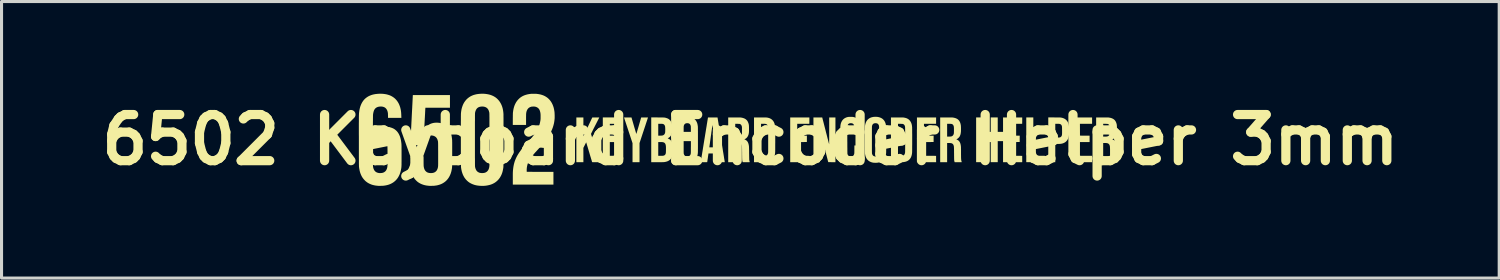
<source format=kicad_pcb>
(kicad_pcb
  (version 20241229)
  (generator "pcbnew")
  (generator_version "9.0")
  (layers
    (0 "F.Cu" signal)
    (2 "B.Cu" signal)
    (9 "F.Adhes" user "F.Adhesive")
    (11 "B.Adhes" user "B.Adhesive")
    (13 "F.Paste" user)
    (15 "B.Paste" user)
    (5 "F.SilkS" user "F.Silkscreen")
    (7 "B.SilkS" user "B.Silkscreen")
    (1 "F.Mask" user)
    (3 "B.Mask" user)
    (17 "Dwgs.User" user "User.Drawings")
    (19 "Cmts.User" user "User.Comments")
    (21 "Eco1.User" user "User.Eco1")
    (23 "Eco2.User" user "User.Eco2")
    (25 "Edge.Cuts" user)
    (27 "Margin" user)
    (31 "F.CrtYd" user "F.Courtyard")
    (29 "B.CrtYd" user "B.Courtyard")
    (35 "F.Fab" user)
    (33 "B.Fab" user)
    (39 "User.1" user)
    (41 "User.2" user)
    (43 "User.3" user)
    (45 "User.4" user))
  (footprint "6502 Keyboard Encoder Helper 3mm"
    (layer "F.Cu")
    (at 21.371 1.5)
    (property "Reference" "6502 Keyboard Encoder Helper 3mm" (at 0 0 0) (layer "F.SilkS") (effects (font (size 1.5 1.5) (thickness 0.3))))
    (attr board_only exclude_from_pos_files exclude_from_bom)
    (fp_poly (pts (xy 9.209 -0.104) (xy 9.209 0.52) (xy 9.397 0.52) (xy 9.584 0.52) (xy 9.584 0.624) (xy 9.584 0.728) (xy 9.282 0.728) (xy 8.98 0.728) (xy 8.98 -0.000001) (xy 8.98 -0.728) (xy 9.094 -0.728) (xy 9.209 -0.728)) (stroke (width 0) (type solid)) (fill yes) (layer "F.SilkS"))
    (fp_poly (pts (xy -4.178 -0.624) (xy -4.178 -0.52) (xy -4.376 -0.52) (xy -4.574 -0.52) (xy -4.574 -0.327) (xy -4.574 -0.135) (xy -4.417 -0.135) (xy -4.259 -0.135) (xy -4.259 -0.03) (xy -4.259 0.074) (xy -4.417 0.074) (xy -4.574 0.074) (xy -4.574 0.297) (xy -4.574 0.52) (xy -4.376 0.52) (xy -4.178 0.52) (xy -4.178 0.624) (xy -4.178 0.728) (xy -4.49 0.728) (xy -4.802 0.728) (xy -4.802 -0.000001) (xy -4.802 -0.728) (xy -4.49 -0.728) (xy -4.178 -0.728)) (stroke (width 0) (type solid)) (fill yes) (layer "F.SilkS"))
    (fp_poly (pts (xy 1.921 -0.625) (xy 1.92 -0.522) (xy 1.723 -0.521) (xy 1.525 -0.52) (xy 1.525 -0.327) (xy 1.525 -0.135) (xy 1.683 -0.135) (xy 1.84 -0.135) (xy 1.84 -0.031) (xy 1.839 0.072) (xy 1.682 0.073) (xy 1.525 0.074) (xy 1.525 0.297) (xy 1.525 0.52) (xy 1.723 0.521) (xy 1.92 0.522) (xy 1.921 0.625) (xy 1.921 0.728) (xy 1.609 0.728) (xy 1.297 0.728) (xy 1.297 -0.000001) (xy 1.297 -0.728) (xy 1.609 -0.728) (xy 1.921 -0.728)) (stroke (width 0) (type solid)) (fill yes) (layer "F.SilkS"))
    (fp_poly (pts (xy 6.045 -0.625) (xy 6.045 -0.522) (xy 5.847 -0.521) (xy 5.65 -0.52) (xy 5.65 -0.327) (xy 5.65 -0.135) (xy 5.807 -0.135) (xy 5.965 -0.135) (xy 5.964 -0.031) (xy 5.964 0.072) (xy 5.807 0.073) (xy 5.65 0.074) (xy 5.65 0.297) (xy 5.65 0.52) (xy 5.847 0.521) (xy 6.045 0.522) (xy 6.045 0.625) (xy 6.046 0.728) (xy 5.734 0.728) (xy 5.422 0.728) (xy 5.422 -0.000001) (xy 5.422 -0.728) (xy 5.734 -0.728) (xy 6.046 -0.728)) (stroke (width 0) (type solid)) (fill yes) (layer "F.SilkS"))
    (fp_poly (pts (xy 7.577 -0.431) (xy 7.577 -0.135) (xy 7.7 -0.135) (xy 7.823 -0.135) (xy 7.823 -0.431) (xy 7.823 -0.728) (xy 7.937 -0.728) (xy 8.051 -0.728) (xy 8.051 -0.000001) (xy 8.051 0.728) (xy 7.937 0.728) (xy 7.823 0.728) (xy 7.823 0.401) (xy 7.823 0.074) (xy 7.7 0.074) (xy 7.577 0.074) (xy 7.577 0.401) (xy 7.577 0.728) (xy 7.462 0.728) (xy 7.348 0.728) (xy 7.348 -0.000001) (xy 7.348 -0.728) (xy 7.462 -0.728) (xy 7.577 -0.728)) (stroke (width 0) (type solid)) (fill yes) (layer "F.SilkS"))
    (fp_poly (pts (xy 8.848 -0.625) (xy 8.847 -0.522) (xy 8.65 -0.521) (xy 8.452 -0.52) (xy 8.452 -0.327) (xy 8.452 -0.135) (xy 8.61 -0.135) (xy 8.767 -0.135) (xy 8.766 -0.031) (xy 8.766 0.072) (xy 8.609 0.073) (xy 8.452 0.074) (xy 8.452 0.297) (xy 8.452 0.52) (xy 8.65 0.521) (xy 8.847 0.522) (xy 8.848 0.625) (xy 8.848 0.728) (xy 8.536 0.728) (xy 8.224 0.728) (xy 8.224 -0.000001) (xy 8.224 -0.728) (xy 8.536 -0.728) (xy 8.848 -0.728)) (stroke (width 0) (type solid)) (fill yes) (layer "F.SilkS"))
    (fp_poly (pts (xy 11.122 -0.624) (xy 11.122 -0.52) (xy 10.924 -0.52) (xy 10.726 -0.52) (xy 10.727 -0.328) (xy 10.728 -0.136) (xy 10.885 -0.135) (xy 11.041 -0.134) (xy 11.041 -0.03) (xy 11.041 0.074) (xy 10.884 0.074) (xy 10.727 0.074) (xy 10.727 0.297) (xy 10.727 0.52) (xy 10.925 0.52) (xy 11.122 0.52) (xy 11.122 0.624) (xy 11.122 0.728) (xy 10.81 0.728) (xy 10.498 0.728) (xy 10.498 -0.000001) (xy 10.498 -0.728) (xy 10.81 -0.728) (xy 11.122 -0.728)) (stroke (width 0) (type solid)) (fill yes) (layer "F.SilkS"))
    (fp_poly (pts (xy -3.792 -0.463) (xy -3.782 -0.427) (xy -3.772 -0.393) (xy -3.762 -0.361) (xy -3.753 -0.33) (xy -3.745 -0.302) (xy -3.737 -0.276) (xy -3.731 -0.253) (xy -3.725 -0.234) (xy -3.72 -0.218) (xy -3.716 -0.206) (xy -3.714 -0.198) (xy -3.713 -0.195) (xy -3.713 -0.195) (xy -3.71 -0.193) (xy -3.71 -0.193) (xy -3.709 -0.196) (xy -3.707 -0.203) (xy -3.703 -0.214) (xy -3.699 -0.23) (xy -3.693 -0.249) (xy -3.686 -0.271) (xy -3.679 -0.296) (xy -3.671 -0.324) (xy -3.662 -0.354) (xy -3.652 -0.387) (xy -3.642 -0.421) (xy -3.632 -0.456) (xy -3.63 -0.462) (xy -3.553 -0.728) (xy -3.442 -0.728) (xy -3.331 -0.728) (xy -3.351 -0.668) (xy -3.354 -0.659) (xy -3.358 -0.645) (xy -3.364 -0.626) (xy -3.372 -0.604) (xy -3.38 -0.579) (xy -3.39 -0.55) (xy -3.4 -0.519) (xy -3.411 -0.485) (xy -3.423 -0.448) (xy -3.436 -0.41) (xy -3.449 -0.37) (xy -3.463 -0.33) (xy -3.476 -0.288) (xy -3.489 -0.25) (xy -3.607 0.107) (xy -3.607 0.418) (xy -3.607 0.728) (xy -3.721 0.728) (xy -3.835 0.728) (xy -3.835 0.419) (xy -3.835 0.109) (xy -3.973 -0.307) (xy -3.987 -0.351) (xy -4.002 -0.394) (xy -4.015 -0.436) (xy -4.029 -0.476) (xy -4.041 -0.513) (xy -4.053 -0.549) (xy -4.064 -0.582) (xy -4.074 -0.612) (xy -4.083 -0.639) (xy -4.091 -0.663) (xy -4.097 -0.684) (xy -4.103 -0.7) (xy -4.107 -0.713) (xy -4.11 -0.721) (xy -4.111 -0.725) (xy -4.111 -0.725) (xy -4.111 -0.726) (xy -4.108 -0.727) (xy -4.102 -0.727) (xy -4.094 -0.728) (xy -4.082 -0.728) (xy -4.067 -0.728) (xy -4.048 -0.728) (xy -4.024 -0.728) (xy -3.996 -0.728) (xy -3.991 -0.728) (xy -3.869 -0.728)) (stroke (width 0) (type solid)) (fill yes) (layer "F.SilkS"))
    (fp_poly (pts (xy 2.358 -0.653) (xy 2.38 -0.569) (xy 2.4 -0.49) (xy 2.419 -0.416) (xy 2.437 -0.346) (xy 2.453 -0.282) (xy 2.468 -0.222) (xy 2.483 -0.167) (xy 2.496 -0.116) (xy 2.507 -0.07) (xy 2.518 -0.029) (xy 2.528 0.008) (xy 2.536 0.041) (xy 2.543 0.069) (xy 2.549 0.092) (xy 2.555 0.111) (xy 2.559 0.126) (xy 2.561 0.136) (xy 2.563 0.143) (xy 2.564 0.145) (xy 2.564 0.142) (xy 2.564 0.135) (xy 2.565 0.123) (xy 2.565 0.107) (xy 2.565 0.087) (xy 2.565 0.063) (xy 2.565 0.035) (xy 2.566 0.004) (xy 2.566 -0.029) (xy 2.566 -0.066) (xy 2.566 -0.105) (xy 2.566 -0.146) (xy 2.566 -0.189) (xy 2.566 -0.234) (xy 2.566 -0.281) (xy 2.566 -0.292) (xy 2.566 -0.728) (xy 2.668 -0.728) (xy 2.769 -0.728) (xy 2.769 0.000025) (xy 2.769 0.729) (xy 2.652 0.728) (xy 2.535 0.727) (xy 2.42 0.282) (xy 2.408 0.234) (xy 2.395 0.186) (xy 2.383 0.14) (xy 2.372 0.094) (xy 2.36 0.05) (xy 2.349 0.008) (xy 2.339 -0.033) (xy 2.329 -0.071) (xy 2.32 -0.106) (xy 2.311 -0.139) (xy 2.304 -0.168) (xy 2.297 -0.194) (xy 2.292 -0.216) (xy 2.287 -0.233) (xy 2.284 -0.246) (xy 2.283 -0.249) (xy 2.278 -0.269) (xy 2.273 -0.288) (xy 2.268 -0.304) (xy 2.265 -0.317) (xy 2.262 -0.327) (xy 2.259 -0.333) (xy 2.259 -0.335) (xy 2.258 -0.333) (xy 2.258 -0.325) (xy 2.258 -0.313) (xy 2.258 -0.297) (xy 2.258 -0.276) (xy 2.257 -0.252) (xy 2.257 -0.224) (xy 2.257 -0.193) (xy 2.257 -0.158) (xy 2.257 -0.12) (xy 2.257 -0.08) (xy 2.257 -0.037) (xy 2.257 0.008) (xy 2.257 0.055) (xy 2.257 0.104) (xy 2.256 0.154) (xy 2.256 0.197) (xy 2.256 0.728) (xy 2.155 0.728) (xy 2.053 0.728) (xy 2.053 -0.000001) (xy 2.053 -0.728) (xy 2.196 -0.728) (xy 2.339 -0.728)) (stroke (width 0) (type solid)) (fill yes) (layer "F.SilkS"))
    (fp_poly (pts (xy 9.896 -0.728) (xy 9.933 -0.728) (xy 9.966 -0.727) (xy 9.994 -0.727) (xy 10.018 -0.727) (xy 10.039 -0.727) (xy 10.056 -0.726) (xy 10.071 -0.726) (xy 10.083 -0.726) (xy 10.092 -0.725) (xy 10.1 -0.725) (xy 10.107 -0.724) (xy 10.112 -0.723) (xy 10.117 -0.723) (xy 10.117 -0.722) (xy 10.158 -0.713) (xy 10.195 -0.7) (xy 10.228 -0.684) (xy 10.257 -0.665) (xy 10.283 -0.642) (xy 10.305 -0.616) (xy 10.325 -0.587) (xy 10.333 -0.572) (xy 10.346 -0.54) (xy 10.357 -0.505) (xy 10.365 -0.466) (xy 10.371 -0.424) (xy 10.371 -0.42) (xy 10.372 -0.408) (xy 10.372 -0.392) (xy 10.373 -0.372) (xy 10.373 -0.35) (xy 10.373 -0.326) (xy 10.374 -0.301) (xy 10.374 -0.276) (xy 10.373 -0.251) (xy 10.373 -0.228) (xy 10.373 -0.208) (xy 10.372 -0.19) (xy 10.371 -0.177) (xy 10.371 -0.174) (xy 10.365 -0.128) (xy 10.356 -0.086) (xy 10.344 -0.048) (xy 10.328 -0.013) (xy 10.309 0.018) (xy 10.286 0.045) (xy 10.26 0.069) (xy 10.23 0.089) (xy 10.197 0.105) (xy 10.184 0.111) (xy 10.166 0.117) (xy 10.146 0.122) (xy 10.126 0.127) (xy 10.104 0.13) (xy 10.079 0.132) (xy 10.051 0.134) (xy 10.019 0.134) (xy 9.997 0.134) (xy 9.924 0.135) (xy 9.924 0.431) (xy 9.924 0.728) (xy 9.81 0.728) (xy 9.696 0.728) (xy 9.696 -0.000128) (xy 9.696 -0.297) (xy 9.924 -0.297) (xy 9.924 -0.074) (xy 9.989 -0.074) (xy 10.011 -0.074) (xy 10.029 -0.074) (xy 10.042 -0.074) (xy 10.053 -0.075) (xy 10.061 -0.076) (xy 10.068 -0.077) (xy 10.07 -0.078) (xy 10.091 -0.085) (xy 10.108 -0.097) (xy 10.122 -0.111) (xy 10.132 -0.13) (xy 10.137 -0.142) (xy 10.139 -0.15) (xy 10.141 -0.159) (xy 10.142 -0.17) (xy 10.143 -0.183) (xy 10.144 -0.198) (xy 10.145 -0.216) (xy 10.145 -0.238) (xy 10.145 -0.263) (xy 10.145 -0.293) (xy 10.145 -0.314) (xy 10.144 -0.341) (xy 10.144 -0.364) (xy 10.144 -0.383) (xy 10.143 -0.399) (xy 10.143 -0.411) (xy 10.142 -0.421) (xy 10.141 -0.429) (xy 10.141 -0.435) (xy 10.14 -0.44) (xy 10.139 -0.443) (xy 10.132 -0.465) (xy 10.122 -0.483) (xy 10.109 -0.497) (xy 10.093 -0.507) (xy 10.085 -0.511) (xy 10.078 -0.514) (xy 10.07 -0.516) (xy 10.061 -0.518) (xy 10.05 -0.519) (xy 10.037 -0.52) (xy 10.021 -0.52) (xy 10 -0.52) (xy 9.99 -0.52) (xy 9.924 -0.52) (xy 9.924 -0.297) (xy 9.696 -0.297) (xy 9.696 -0.729)) (stroke (width 0) (type solid)) (fill yes) (layer "F.SilkS"))
    (fp_poly (pts (xy -5.434 -0.423) (xy -5.433 -0.118) (xy -5.288 -0.423) (xy -5.144 -0.728) (xy -5.03 -0.728) (xy -5.003 -0.728) (xy -4.98 -0.728) (xy -4.962 -0.728) (xy -4.947 -0.728) (xy -4.936 -0.728) (xy -4.928 -0.727) (xy -4.922 -0.727) (xy -4.919 -0.726) (xy -4.918 -0.726) (xy -4.917 -0.725) (xy -4.919 -0.722) (xy -4.922 -0.715) (xy -4.928 -0.704) (xy -4.935 -0.69) (xy -4.944 -0.672) (xy -4.955 -0.651) (xy -4.967 -0.627) (xy -4.98 -0.601) (xy -4.995 -0.572) (xy -5.01 -0.542) (xy -5.027 -0.509) (xy -5.044 -0.476) (xy -5.053 -0.459) (xy -5.07 -0.425) (xy -5.087 -0.392) (xy -5.103 -0.361) (xy -5.118 -0.331) (xy -5.131 -0.304) (xy -5.144 -0.278) (xy -5.155 -0.256) (xy -5.165 -0.237) (xy -5.173 -0.22) (xy -5.179 -0.207) (xy -5.184 -0.199) (xy -5.186 -0.194) (xy -5.186 -0.193) (xy -5.185 -0.19) (xy -5.183 -0.183) (xy -5.18 -0.171) (xy -5.175 -0.155) (xy -5.169 -0.135) (xy -5.162 -0.112) (xy -5.154 -0.085) (xy -5.145 -0.055) (xy -5.136 -0.022) (xy -5.125 0.014) (xy -5.113 0.052) (xy -5.101 0.093) (xy -5.089 0.135) (xy -5.075 0.179) (xy -5.062 0.225) (xy -5.049 0.268) (xy -5.035 0.315) (xy -5.021 0.361) (xy -5.008 0.405) (xy -4.995 0.447) (xy -4.983 0.487) (xy -4.972 0.525) (xy -4.961 0.56) (xy -4.951 0.593) (xy -4.943 0.623) (xy -4.935 0.649) (xy -4.928 0.672) (xy -4.922 0.691) (xy -4.917 0.707) (xy -4.914 0.718) (xy -4.912 0.725) (xy -4.911 0.727) (xy -4.914 0.727) (xy -4.921 0.728) (xy -4.932 0.728) (xy -4.947 0.728) (xy -4.965 0.728) (xy -4.985 0.728) (xy -5.007 0.728) (xy -5.031 0.728) (xy -5.058 0.728) (xy -5.081 0.728) (xy -5.1 0.728) (xy -5.115 0.728) (xy -5.127 0.728) (xy -5.136 0.728) (xy -5.142 0.727) (xy -5.146 0.727) (xy -5.149 0.726) (xy -5.15 0.725) (xy -5.151 0.724) (xy -5.151 0.724) (xy -5.156 0.708) (xy -5.161 0.689) (xy -5.168 0.666) (xy -5.175 0.641) (xy -5.184 0.614) (xy -5.192 0.584) (xy -5.202 0.553) (xy -5.212 0.52) (xy -5.222 0.486) (xy -5.232 0.452) (xy -5.242 0.417) (xy -5.253 0.382) (xy -5.263 0.347) (xy -5.273 0.314) (xy -5.283 0.281) (xy -5.292 0.249) (xy -5.301 0.22) (xy -5.31 0.192) (xy -5.317 0.167) (xy -5.324 0.144) (xy -5.33 0.124) (xy -5.335 0.108) (xy -5.339 0.096) (xy -5.341 0.087) (xy -5.343 0.083) (xy -5.343 0.083) (xy -5.344 0.085) (xy -5.348 0.091) (xy -5.353 0.1) (xy -5.359 0.113) (xy -5.367 0.128) (xy -5.376 0.146) (xy -5.386 0.165) (xy -5.389 0.172) (xy -5.435 0.263) (xy -5.434 0.496) (xy -5.434 0.728) (xy -5.549 0.728) (xy -5.663 0.728) (xy -5.663 -0.000001) (xy -5.663 -0.728) (xy -5.549 -0.728) (xy -5.434 -0.728)) (stroke (width 0) (type solid)) (fill yes) (layer "F.SilkS"))
    (fp_poly (pts (xy 4.805 -0.728) (xy 4.838 -0.728) (xy 4.867 -0.728) (xy 4.892 -0.728) (xy 4.913 -0.728) (xy 4.931 -0.728) (xy 4.946 -0.727) (xy 4.959 -0.727) (xy 4.97 -0.726) (xy 4.978 -0.726) (xy 4.986 -0.725) (xy 4.989 -0.725) (xy 5.031 -0.717) (xy 5.07 -0.707) (xy 5.105 -0.692) (xy 5.136 -0.675) (xy 5.164 -0.653) (xy 5.188 -0.628) (xy 5.197 -0.617) (xy 5.216 -0.588) (xy 5.232 -0.557) (xy 5.245 -0.523) (xy 5.255 -0.485) (xy 5.261 -0.445) (xy 5.264 -0.414) (xy 5.265 -0.406) (xy 5.265 -0.393) (xy 5.265 -0.375) (xy 5.265 -0.353) (xy 5.266 -0.326) (xy 5.266 -0.296) (xy 5.266 -0.261) (xy 5.266 -0.222) (xy 5.267 -0.18) (xy 5.267 -0.134) (xy 5.267 -0.084) (xy 5.267 -0.031) (xy 5.267 -0.000001) (xy 5.267 0.054) (xy 5.267 0.106) (xy 5.267 0.154) (xy 5.266 0.198) (xy 5.266 0.239) (xy 5.266 0.276) (xy 5.266 0.309) (xy 5.266 0.338) (xy 5.265 0.363) (xy 5.265 0.383) (xy 5.265 0.399) (xy 5.264 0.41) (xy 5.264 0.414) (xy 5.259 0.46) (xy 5.25 0.503) (xy 5.238 0.542) (xy 5.223 0.577) (xy 5.204 0.608) (xy 5.181 0.636) (xy 5.156 0.66) (xy 5.126 0.681) (xy 5.093 0.698) (xy 5.057 0.711) (xy 5.017 0.72) (xy 4.989 0.725) (xy 4.982 0.725) (xy 4.974 0.726) (xy 4.965 0.727) (xy 4.953 0.727) (xy 4.939 0.727) (xy 4.923 0.728) (xy 4.903 0.728) (xy 4.88 0.728) (xy 4.853 0.728) (xy 4.822 0.728) (xy 4.787 0.728) (xy 4.767 0.728) (xy 4.576 0.728) (xy 4.576 -0.000001) (xy 4.805 -0.000001) (xy 4.805 0.521) (xy 4.879 0.52) (xy 4.901 0.519) (xy 4.919 0.519) (xy 4.934 0.519) (xy 4.944 0.518) (xy 4.953 0.517) (xy 4.959 0.516) (xy 4.964 0.515) (xy 4.966 0.514) (xy 4.981 0.508) (xy 4.996 0.497) (xy 5.009 0.485) (xy 5.014 0.479) (xy 5.023 0.464) (xy 5.029 0.445) (xy 5.034 0.422) (xy 5.036 0.41) (xy 5.036 0.404) (xy 5.036 0.394) (xy 5.037 0.378) (xy 5.037 0.358) (xy 5.037 0.334) (xy 5.038 0.305) (xy 5.038 0.272) (xy 5.038 0.236) (xy 5.038 0.196) (xy 5.038 0.152) (xy 5.038 0.105) (xy 5.038 0.054) (xy 5.038 0.001) (xy 5.038 -0.000001) (xy 5.038 -0.054) (xy 5.038 -0.104) (xy 5.038 -0.151) (xy 5.038 -0.195) (xy 5.038 -0.236) (xy 5.038 -0.272) (xy 5.038 -0.305) (xy 5.037 -0.333) (xy 5.037 -0.358) (xy 5.037 -0.378) (xy 5.036 -0.393) (xy 5.036 -0.404) (xy 5.036 -0.41) (xy 5.036 -0.41) (xy 5.032 -0.435) (xy 5.025 -0.457) (xy 5.017 -0.475) (xy 5.005 -0.49) (xy 4.993 -0.5) (xy 4.986 -0.505) (xy 4.98 -0.509) (xy 4.973 -0.512) (xy 4.965 -0.515) (xy 4.956 -0.516) (xy 4.945 -0.518) (xy 4.931 -0.519) (xy 4.914 -0.519) (xy 4.893 -0.52) (xy 4.879 -0.52) (xy 4.805 -0.521) (xy 4.805 -0.000001) (xy 4.576 -0.000001) (xy 4.576 -0.728) (xy 4.767 -0.728)) (stroke (width 0) (type solid)) (fill yes) (layer "F.SilkS"))
    (fp_poly (pts (xy 0.35 -0.728) (xy 0.384 -0.728) (xy 0.415 -0.728) (xy 0.441 -0.728) (xy 0.464 -0.728) (xy 0.484 -0.727) (xy 0.501 -0.727) (xy 0.516 -0.726) (xy 0.529 -0.725) (xy 0.54 -0.724) (xy 0.551 -0.722) (xy 0.56 -0.721) (xy 0.57 -0.719) (xy 0.579 -0.717) (xy 0.587 -0.714) (xy 0.625 -0.703) (xy 0.658 -0.687) (xy 0.688 -0.668) (xy 0.715 -0.645) (xy 0.739 -0.618) (xy 0.759 -0.588) (xy 0.766 -0.574) (xy 0.779 -0.546) (xy 0.789 -0.516) (xy 0.797 -0.484) (xy 0.803 -0.449) (xy 0.807 -0.411) (xy 0.807 -0.405) (xy 0.807 -0.396) (xy 0.808 -0.383) (xy 0.808 -0.365) (xy 0.808 -0.342) (xy 0.809 -0.316) (xy 0.809 -0.285) (xy 0.809 -0.251) (xy 0.809 -0.214) (xy 0.809 -0.173) (xy 0.81 -0.13) (xy 0.81 -0.084) (xy 0.81 -0.035) (xy 0.81 -0.000001) (xy 0.81 0.05) (xy 0.81 0.098) (xy 0.809 0.143) (xy 0.809 0.186) (xy 0.809 0.226) (xy 0.809 0.262) (xy 0.809 0.295) (xy 0.809 0.324) (xy 0.808 0.35) (xy 0.808 0.371) (xy 0.808 0.387) (xy 0.807 0.399) (xy 0.807 0.405) (xy 0.804 0.444) (xy 0.798 0.479) (xy 0.791 0.512) (xy 0.781 0.542) (xy 0.768 0.57) (xy 0.766 0.574) (xy 0.747 0.606) (xy 0.725 0.635) (xy 0.699 0.659) (xy 0.67 0.68) (xy 0.638 0.697) (xy 0.602 0.711) (xy 0.572 0.718) (xy 0.564 0.72) (xy 0.555 0.722) (xy 0.546 0.723) (xy 0.537 0.724) (xy 0.526 0.725) (xy 0.513 0.726) (xy 0.498 0.727) (xy 0.482 0.727) (xy 0.462 0.728) (xy 0.439 0.728) (xy 0.413 0.728) (xy 0.382 0.728) (xy 0.348 0.728) (xy 0.31 0.728) (xy 0.119 0.728) (xy 0.119 -0.000001) (xy 0.348 -0.000001) (xy 0.348 0.52) (xy 0.417 0.52) (xy 0.44 0.52) (xy 0.459 0.52) (xy 0.474 0.519) (xy 0.485 0.519) (xy 0.494 0.518) (xy 0.499 0.517) (xy 0.521 0.509) (xy 0.538 0.498) (xy 0.553 0.483) (xy 0.564 0.465) (xy 0.573 0.442) (xy 0.576 0.431) (xy 0.576 0.428) (xy 0.577 0.425) (xy 0.577 0.421) (xy 0.578 0.416) (xy 0.578 0.41) (xy 0.578 0.402) (xy 0.579 0.393) (xy 0.579 0.382) (xy 0.579 0.369) (xy 0.579 0.353) (xy 0.579 0.334) (xy 0.58 0.313) (xy 0.58 0.288) (xy 0.58 0.261) (xy 0.58 0.229) (xy 0.58 0.194) (xy 0.58 0.155) (xy 0.58 0.111) (xy 0.58 0.063) (xy 0.58 0.01) (xy 0.58 -0.000001) (xy 0.58 -0.054) (xy 0.58 -0.103) (xy 0.58 -0.147) (xy 0.58 -0.187) (xy 0.58 -0.223) (xy 0.58 -0.256) (xy 0.58 -0.284) (xy 0.58 -0.309) (xy 0.579 -0.331) (xy 0.579 -0.35) (xy 0.579 -0.366) (xy 0.579 -0.38) (xy 0.579 -0.391) (xy 0.578 -0.401) (xy 0.578 -0.409) (xy 0.578 -0.415) (xy 0.577 -0.42) (xy 0.577 -0.424) (xy 0.576 -0.428) (xy 0.576 -0.43) (xy 0.576 -0.431) (xy 0.568 -0.455) (xy 0.558 -0.476) (xy 0.545 -0.492) (xy 0.529 -0.505) (xy 0.509 -0.514) (xy 0.499 -0.517) (xy 0.493 -0.518) (xy 0.485 -0.519) (xy 0.473 -0.52) (xy 0.459 -0.52) (xy 0.44 -0.52) (xy 0.417 -0.52) (xy 0.348 -0.52) (xy 0.348 -0.000001) (xy 0.119 -0.000001) (xy 0.119 -0.728) (xy 0.31 -0.728)) (stroke (width 0) (type solid)) (fill yes) (layer "F.SilkS"))
    (fp_poly (pts (xy 11.481 -0.728) (xy 11.514 -0.728) (xy 11.542 -0.728) (xy 11.567 -0.728) (xy 11.588 -0.728) (xy 11.606 -0.728) (xy 11.621 -0.727) (xy 11.634 -0.727) (xy 11.645 -0.726) (xy 11.654 -0.726) (xy 11.662 -0.725) (xy 11.664 -0.725) (xy 11.707 -0.718) (xy 11.745 -0.708) (xy 11.779 -0.695) (xy 11.81 -0.679) (xy 11.837 -0.66) (xy 11.861 -0.637) (xy 11.881 -0.61) (xy 11.897 -0.58) (xy 11.911 -0.546) (xy 11.922 -0.507) (xy 11.926 -0.485) (xy 11.927 -0.475) (xy 11.928 -0.461) (xy 11.929 -0.443) (xy 11.93 -0.423) (xy 11.931 -0.4) (xy 11.932 -0.377) (xy 11.932 -0.353) (xy 11.932 -0.329) (xy 11.932 -0.307) (xy 11.932 -0.286) (xy 11.931 -0.268) (xy 11.93 -0.253) (xy 11.93 -0.248) (xy 11.924 -0.206) (xy 11.915 -0.168) (xy 11.902 -0.134) (xy 11.886 -0.104) (xy 11.867 -0.077) (xy 11.845 -0.054) (xy 11.819 -0.035) (xy 11.795 -0.022) (xy 11.788 -0.019) (xy 11.784 -0.016) (xy 11.783 -0.015) (xy 11.786 -0.013) (xy 11.792 -0.009) (xy 11.8 -0.006) (xy 11.802 -0.005) (xy 11.827 0.007) (xy 11.849 0.022) (xy 11.868 0.04) (xy 11.885 0.062) (xy 11.899 0.087) (xy 11.91 0.116) (xy 11.92 0.149) (xy 11.927 0.187) (xy 11.929 0.197) (xy 11.929 0.204) (xy 11.93 0.211) (xy 11.931 0.219) (xy 11.931 0.229) (xy 11.932 0.241) (xy 11.932 0.255) (xy 11.933 0.272) (xy 11.933 0.291) (xy 11.934 0.315) (xy 11.934 0.342) (xy 11.934 0.373) (xy 11.935 0.408) (xy 11.935 0.433) (xy 11.935 0.476) (xy 11.936 0.515) (xy 11.936 0.55) (xy 11.937 0.58) (xy 11.937 0.605) (xy 11.938 0.626) (xy 11.938 0.642) (xy 11.939 0.653) (xy 11.94 0.659) (xy 11.942 0.671) (xy 11.945 0.685) (xy 11.949 0.699) (xy 11.951 0.704) (xy 11.959 0.728) (xy 11.843 0.728) (xy 11.728 0.728) (xy 11.722 0.711) (xy 11.719 0.702) (xy 11.717 0.693) (xy 11.715 0.683) (xy 11.713 0.673) (xy 11.712 0.662) (xy 11.71 0.649) (xy 11.709 0.634) (xy 11.708 0.617) (xy 11.708 0.597) (xy 11.707 0.574) (xy 11.707 0.548) (xy 11.707 0.518) (xy 11.706 0.484) (xy 11.706 0.445) (xy 11.706 0.425) (xy 11.706 0.388) (xy 11.706 0.355) (xy 11.706 0.327) (xy 11.706 0.303) (xy 11.705 0.282) (xy 11.705 0.264) (xy 11.704 0.249) (xy 11.703 0.236) (xy 11.703 0.225) (xy 11.701 0.215) (xy 11.7 0.207) (xy 11.699 0.199) (xy 11.697 0.194) (xy 11.689 0.17) (xy 11.678 0.15) (xy 11.663 0.134) (xy 11.645 0.121) (xy 11.623 0.112) (xy 11.606 0.108) (xy 11.594 0.106) (xy 11.577 0.105) (xy 11.557 0.104) (xy 11.534 0.104) (xy 11.483 0.104) (xy 11.483 0.416) (xy 11.483 0.728) (xy 11.369 0.728) (xy 11.254 0.728) (xy 11.254 -0.000001) (xy 11.254 -0.312) (xy 11.483 -0.312) (xy 11.483 -0.104) (xy 11.533 -0.104) (xy 11.55 -0.104) (xy 11.566 -0.105) (xy 11.581 -0.105) (xy 11.593 -0.106) (xy 11.6 -0.107) (xy 11.625 -0.112) (xy 11.647 -0.122) (xy 11.665 -0.136) (xy 11.68 -0.153) (xy 11.691 -0.174) (xy 11.698 -0.192) (xy 11.699 -0.199) (xy 11.7 -0.211) (xy 11.701 -0.226) (xy 11.702 -0.245) (xy 11.703 -0.265) (xy 11.703 -0.287) (xy 11.704 -0.31) (xy 11.704 -0.333) (xy 11.704 -0.355) (xy 11.703 -0.375) (xy 11.703 -0.393) (xy 11.702 -0.409) (xy 11.701 -0.42) (xy 11.7 -0.424) (xy 11.694 -0.449) (xy 11.685 -0.471) (xy 11.672 -0.489) (xy 11.657 -0.503) (xy 11.638 -0.513) (xy 11.638 -0.513) (xy 11.634 -0.515) (xy 11.629 -0.516) (xy 11.624 -0.517) (xy 11.617 -0.518) (xy 11.609 -0.519) (xy 11.598 -0.519) (xy 11.583 -0.519) (xy 11.564 -0.52) (xy 11.553 -0.52) (xy 11.483 -0.521) (xy 11.483 -0.312) (xy 11.254 -0.312) (xy 11.254 -0.728) (xy 11.443 -0.728)) (stroke (width 0) (type solid)) (fill yes) (layer "F.SilkS"))
    (fp_poly (pts (xy 6.4 -0.728) (xy 6.434 -0.728) (xy 6.465 -0.728) (xy 6.493 -0.728) (xy 6.517 -0.728) (xy 6.539 -0.727) (xy 6.556 -0.727) (xy 6.568 -0.726) (xy 6.576 -0.726) (xy 6.577 -0.726) (xy 6.62 -0.72) (xy 6.66 -0.71) (xy 6.695 -0.698) (xy 6.727 -0.682) (xy 6.755 -0.663) (xy 6.779 -0.64) (xy 6.8 -0.614) (xy 6.817 -0.584) (xy 6.831 -0.551) (xy 6.842 -0.513) (xy 6.85 -0.472) (xy 6.851 -0.464) (xy 6.852 -0.45) (xy 6.853 -0.432) (xy 6.854 -0.411) (xy 6.855 -0.388) (xy 6.855 -0.363) (xy 6.855 -0.339) (xy 6.855 -0.315) (xy 6.854 -0.293) (xy 6.854 -0.276) (xy 6.85 -0.237) (xy 6.845 -0.203) (xy 6.838 -0.172) (xy 6.828 -0.144) (xy 6.817 -0.118) (xy 6.812 -0.11) (xy 6.798 -0.089) (xy 6.781 -0.07) (xy 6.762 -0.052) (xy 6.742 -0.036) (xy 6.721 -0.024) (xy 6.718 -0.023) (xy 6.71 -0.019) (xy 6.707 -0.015) (xy 6.708 -0.012) (xy 6.713 -0.01) (xy 6.739 0.002) (xy 6.763 0.016) (xy 6.783 0.033) (xy 6.8 0.052) (xy 6.814 0.074) (xy 6.827 0.1) (xy 6.837 0.129) (xy 6.845 0.162) (xy 6.851 0.2) (xy 6.852 0.209) (xy 6.853 0.217) (xy 6.853 0.226) (xy 6.854 0.237) (xy 6.855 0.25) (xy 6.855 0.266) (xy 6.855 0.284) (xy 6.856 0.306) (xy 6.856 0.332) (xy 6.856 0.362) (xy 6.856 0.387) (xy 6.856 0.438) (xy 6.856 0.483) (xy 6.857 0.523) (xy 6.857 0.559) (xy 6.858 0.589) (xy 6.859 0.616) (xy 6.861 0.637) (xy 6.862 0.655) (xy 6.864 0.668) (xy 6.865 0.673) (xy 6.871 0.698) (xy 6.879 0.721) (xy 6.88 0.724) (xy 6.88 0.725) (xy 6.879 0.726) (xy 6.878 0.727) (xy 6.874 0.727) (xy 6.868 0.728) (xy 6.86 0.728) (xy 6.849 0.728) (xy 6.835 0.728) (xy 6.816 0.728) (xy 6.794 0.728) (xy 6.767 0.728) (xy 6.765 0.728) (xy 6.649 0.728) (xy 6.645 0.716) (xy 6.643 0.708) (xy 6.641 0.701) (xy 6.639 0.694) (xy 6.637 0.688) (xy 6.636 0.681) (xy 6.635 0.674) (xy 6.634 0.666) (xy 6.633 0.656) (xy 6.633 0.645) (xy 6.632 0.632) (xy 6.632 0.616) (xy 6.631 0.597) (xy 6.631 0.576) (xy 6.631 0.55) (xy 6.63 0.521) (xy 6.63 0.487) (xy 6.63 0.452) (xy 6.629 0.412) (xy 6.629 0.377) (xy 6.629 0.347) (xy 6.628 0.32) (xy 6.628 0.297) (xy 6.627 0.277) (xy 6.627 0.261) (xy 6.626 0.246) (xy 6.625 0.234) (xy 6.625 0.224) (xy 6.623 0.215) (xy 6.622 0.208) (xy 6.621 0.201) (xy 6.619 0.195) (xy 6.617 0.188) (xy 6.616 0.183) (xy 6.607 0.162) (xy 6.597 0.145) (xy 6.583 0.131) (xy 6.566 0.12) (xy 6.544 0.111) (xy 6.541 0.11) (xy 6.535 0.109) (xy 6.528 0.108) (xy 6.52 0.107) (xy 6.508 0.106) (xy 6.493 0.105) (xy 6.474 0.105) (xy 6.465 0.105) (xy 6.404 0.104) (xy 6.404 0.416) (xy 6.404 0.728) (xy 6.291 0.728) (xy 6.178 0.728) (xy 6.178 -0.000001) (xy 6.178 -0.312) (xy 6.404 -0.312) (xy 6.404 -0.103) (xy 6.465 -0.105) (xy 6.485 -0.105) (xy 6.501 -0.106) (xy 6.513 -0.106) (xy 6.523 -0.107) (xy 6.53 -0.108) (xy 6.536 -0.109) (xy 6.542 -0.111) (xy 6.544 -0.111) (xy 6.566 -0.121) (xy 6.584 -0.133) (xy 6.599 -0.149) (xy 6.61 -0.168) (xy 6.619 -0.191) (xy 6.621 -0.201) (xy 6.623 -0.21) (xy 6.624 -0.223) (xy 6.625 -0.239) (xy 6.625 -0.258) (xy 6.626 -0.28) (xy 6.626 -0.302) (xy 6.626 -0.325) (xy 6.626 -0.348) (xy 6.626 -0.369) (xy 6.625 -0.389) (xy 6.624 -0.406) (xy 6.623 -0.42) (xy 6.622 -0.43) (xy 6.621 -0.43) (xy 6.615 -0.454) (xy 6.605 -0.475) (xy 6.593 -0.491) (xy 6.578 -0.504) (xy 6.572 -0.508) (xy 6.564 -0.511) (xy 6.556 -0.514) (xy 6.547 -0.516) (xy 6.537 -0.518) (xy 6.525 -0.519) (xy 6.509 -0.52) (xy 6.491 -0.52) (xy 6.468 -0.52) (xy 6.404 -0.52) (xy 6.404 -0.312) (xy 6.178 -0.312) (xy 6.178 -0.728) (xy 6.364 -0.728)) (stroke (width 0) (type solid)) (fill yes) (layer "F.SilkS"))
    (fp_poly (pts (xy -3.02 -0.728) (xy -2.981 -0.728) (xy -2.947 -0.727) (xy -2.918 -0.727) (xy -2.892 -0.727) (xy -2.87 -0.727) (xy -2.85 -0.726) (xy -2.834 -0.726) (xy -2.82 -0.725) (xy -2.808 -0.725) (xy -2.798 -0.724) (xy -2.788 -0.723) (xy -2.78 -0.721) (xy -2.772 -0.72) (xy -2.764 -0.718) (xy -2.756 -0.716) (xy -2.747 -0.713) (xy -2.745 -0.713) (xy -2.709 -0.701) (xy -2.677 -0.687) (xy -2.649 -0.669) (xy -2.624 -0.647) (xy -2.602 -0.622) (xy -2.584 -0.594) (xy -2.569 -0.561) (xy -2.557 -0.525) (xy -2.548 -0.485) (xy -2.547 -0.475) (xy -2.545 -0.465) (xy -2.544 -0.455) (xy -2.543 -0.444) (xy -2.543 -0.431) (xy -2.543 -0.415) (xy -2.542 -0.396) (xy -2.542 -0.374) (xy -2.542 -0.363) (xy -2.542 -0.339) (xy -2.542 -0.32) (xy -2.543 -0.305) (xy -2.543 -0.292) (xy -2.544 -0.281) (xy -2.545 -0.271) (xy -2.546 -0.262) (xy -2.547 -0.253) (xy -2.548 -0.248) (xy -2.557 -0.209) (xy -2.568 -0.174) (xy -2.583 -0.144) (xy -2.601 -0.117) (xy -2.622 -0.094) (xy -2.646 -0.074) (xy -2.668 -0.061) (xy -2.677 -0.056) (xy -2.684 -0.052) (xy -2.687 -0.049) (xy -2.687 -0.048) (xy -2.685 -0.045) (xy -2.679 -0.042) (xy -2.67 -0.038) (xy -2.669 -0.037) (xy -2.638 -0.021) (xy -2.612 -0.002) (xy -2.588 0.021) (xy -2.568 0.048) (xy -2.552 0.078) (xy -2.538 0.113) (xy -2.537 0.116) (xy -2.533 0.133) (xy -2.529 0.15) (xy -2.525 0.168) (xy -2.523 0.188) (xy -2.521 0.21) (xy -2.519 0.235) (xy -2.518 0.263) (xy -2.518 0.296) (xy -2.518 0.317) (xy -2.518 0.351) (xy -2.519 0.381) (xy -2.52 0.408) (xy -2.521 0.43) (xy -2.523 0.451) (xy -2.525 0.469) (xy -2.528 0.484) (xy -2.539 0.524) (xy -2.553 0.561) (xy -2.57 0.594) (xy -2.592 0.623) (xy -2.616 0.649) (xy -2.645 0.671) (xy -2.677 0.69) (xy -2.713 0.705) (xy -2.752 0.716) (xy -2.795 0.724) (xy -2.808 0.726) (xy -2.815 0.726) (xy -2.828 0.727) (xy -2.845 0.727) (xy -2.866 0.728) (xy -2.892 0.728) (xy -2.921 0.728) (xy -2.954 0.728) (xy -2.99 0.728) (xy -3.029 0.728) (xy -3.226 0.728) (xy -3.226 0.297) (xy -2.998 0.297) (xy -2.998 0.52) (xy -2.92 0.52) (xy -2.897 0.52) (xy -2.879 0.52) (xy -2.865 0.52) (xy -2.853 0.52) (xy -2.845 0.519) (xy -2.838 0.518) (xy -2.831 0.517) (xy -2.826 0.516) (xy -2.823 0.515) (xy -2.803 0.508) (xy -2.786 0.498) (xy -2.773 0.484) (xy -2.762 0.467) (xy -2.755 0.446) (xy -2.752 0.437) (xy -2.751 0.429) (xy -2.75 0.417) (xy -2.749 0.401) (xy -2.748 0.383) (xy -2.748 0.362) (xy -2.747 0.34) (xy -2.747 0.317) (xy -2.747 0.294) (xy -2.747 0.273) (xy -2.747 0.252) (xy -2.748 0.235) (xy -2.748 0.22) (xy -2.749 0.216) (xy -2.752 0.185) (xy -2.758 0.159) (xy -2.766 0.137) (xy -2.776 0.119) (xy -2.789 0.104) (xy -2.805 0.092) (xy -2.824 0.084) (xy -2.845 0.078) (xy -2.852 0.076) (xy -2.86 0.075) (xy -2.871 0.075) (xy -2.884 0.074) (xy -2.901 0.074) (xy -2.921 0.074) (xy -2.93 0.074) (xy -2.998 0.074) (xy -2.998 0.297) (xy -3.226 0.297) (xy -3.226 -0.000125) (xy -3.226 -0.327) (xy -2.998 -0.327) (xy -2.998 -0.134) (xy -2.936 -0.135) (xy -2.918 -0.136) (xy -2.901 -0.137) (xy -2.886 -0.137) (xy -2.874 -0.138) (xy -2.865 -0.139) (xy -2.862 -0.14) (xy -2.839 -0.147) (xy -2.819 -0.159) (xy -2.802 -0.174) (xy -2.789 -0.194) (xy -2.779 -0.217) (xy -2.775 -0.231) (xy -2.773 -0.241) (xy -2.772 -0.254) (xy -2.771 -0.271) (xy -2.771 -0.291) (xy -2.77 -0.312) (xy -2.77 -0.334) (xy -2.77 -0.355) (xy -2.771 -0.376) (xy -2.772 -0.395) (xy -2.773 -0.411) (xy -2.774 -0.424) (xy -2.775 -0.431) (xy -2.782 -0.456) (xy -2.792 -0.476) (xy -2.804 -0.492) (xy -2.819 -0.504) (xy -2.823 -0.506) (xy -2.83 -0.51) (xy -2.838 -0.513) (xy -2.845 -0.516) (xy -2.854 -0.518) (xy -2.864 -0.519) (xy -2.877 -0.52) (xy -2.893 -0.52) (xy -2.913 -0.52) (xy -2.93 -0.52) (xy -2.998 -0.52) (xy -2.998 -0.327) (xy -3.226 -0.327) (xy -3.226 -0.729)) (stroke (width 0) (type solid)) (fill yes) (layer "F.SilkS"))
    (fp_poly (pts (xy 3.288 -0.747) (xy 3.31 -0.747) (xy 3.328 -0.745) (xy 3.344 -0.743) (xy 3.36 -0.74) (xy 3.376 -0.736) (xy 3.387 -0.733) (xy 3.424 -0.72) (xy 3.457 -0.702) (xy 3.487 -0.681) (xy 3.514 -0.656) (xy 3.537 -0.628) (xy 3.556 -0.595) (xy 3.573 -0.559) (xy 3.585 -0.52) (xy 3.593 -0.487) (xy 3.595 -0.47) (xy 3.597 -0.447) (xy 3.599 -0.42) (xy 3.6 -0.39) (xy 3.601 -0.355) (xy 3.602 -0.318) (xy 3.602 -0.31) (xy 3.602 -0.239) (xy 3.494 -0.239) (xy 3.387 -0.239) (xy 3.385 -0.338) (xy 3.385 -0.366) (xy 3.384 -0.389) (xy 3.384 -0.409) (xy 3.383 -0.424) (xy 3.382 -0.437) (xy 3.381 -0.448) (xy 3.379 -0.457) (xy 3.377 -0.465) (xy 3.375 -0.473) (xy 3.372 -0.48) (xy 3.371 -0.483) (xy 3.36 -0.502) (xy 3.346 -0.517) (xy 3.329 -0.529) (xy 3.308 -0.536) (xy 3.284 -0.54) (xy 3.271 -0.541) (xy 3.245 -0.539) (xy 3.223 -0.534) (xy 3.204 -0.525) (xy 3.188 -0.512) (xy 3.175 -0.495) (xy 3.166 -0.474) (xy 3.16 -0.449) (xy 3.158 -0.436) (xy 3.157 -0.431) (xy 3.157 -0.42) (xy 3.157 -0.405) (xy 3.156 -0.386) (xy 3.156 -0.364) (xy 3.156 -0.338) (xy 3.156 -0.309) (xy 3.155 -0.277) (xy 3.155 -0.243) (xy 3.155 -0.207) (xy 3.155 -0.169) (xy 3.155 -0.13) (xy 3.155 -0.09) (xy 3.155 -0.048) (xy 3.155 -0.007) (xy 3.155 0.035) (xy 3.156 0.076) (xy 3.156 0.117) (xy 3.156 0.158) (xy 3.156 0.197) (xy 3.156 0.234) (xy 3.157 0.27) (xy 3.157 0.304) (xy 3.157 0.335) (xy 3.157 0.363) (xy 3.158 0.389) (xy 3.158 0.41) (xy 3.159 0.429) (xy 3.159 0.443) (xy 3.159 0.453) (xy 3.16 0.458) (xy 3.16 0.458) (xy 3.168 0.482) (xy 3.18 0.502) (xy 3.194 0.518) (xy 3.212 0.529) (xy 3.233 0.537) (xy 3.235 0.538) (xy 3.248 0.54) (xy 3.264 0.541) (xy 3.281 0.541) (xy 3.297 0.539) (xy 3.309 0.537) (xy 3.329 0.529) (xy 3.345 0.519) (xy 3.358 0.506) (xy 3.369 0.488) (xy 3.377 0.467) (xy 3.379 0.46) (xy 3.38 0.455) (xy 3.381 0.45) (xy 3.382 0.445) (xy 3.383 0.439) (xy 3.383 0.431) (xy 3.384 0.421) (xy 3.384 0.409) (xy 3.384 0.394) (xy 3.385 0.375) (xy 3.385 0.353) (xy 3.385 0.326) (xy 3.385 0.313) (xy 3.386 0.185) (xy 3.494 0.185) (xy 3.602 0.185) (xy 3.602 0.284) (xy 3.602 0.322) (xy 3.601 0.356) (xy 3.601 0.386) (xy 3.6 0.412) (xy 3.598 0.435) (xy 3.597 0.455) (xy 3.594 0.474) (xy 3.592 0.49) (xy 3.589 0.506) (xy 3.585 0.521) (xy 3.583 0.529) (xy 3.569 0.568) (xy 3.552 0.603) (xy 3.532 0.634) (xy 3.508 0.662) (xy 3.481 0.686) (xy 3.45 0.706) (xy 3.416 0.722) (xy 3.379 0.735) (xy 3.338 0.744) (xy 3.33 0.745) (xy 3.319 0.746) (xy 3.304 0.747) (xy 3.286 0.748) (xy 3.268 0.748) (xy 3.25 0.748) (xy 3.234 0.748) (xy 3.22 0.748) (xy 3.212 0.747) (xy 3.17 0.74) (xy 3.132 0.73) (xy 3.097 0.716) (xy 3.065 0.699) (xy 3.037 0.678) (xy 3.012 0.654) (xy 2.99 0.626) (xy 2.971 0.595) (xy 2.955 0.561) (xy 2.943 0.524) (xy 2.934 0.483) (xy 2.929 0.44) (xy 2.929 0.434) (xy 2.929 0.422) (xy 2.928 0.407) (xy 2.928 0.387) (xy 2.928 0.363) (xy 2.928 0.336) (xy 2.927 0.306) (xy 2.927 0.274) (xy 2.927 0.239) (xy 2.927 0.202) (xy 2.927 0.163) (xy 2.927 0.123) (xy 2.927 0.082) (xy 2.927 0.04) (xy 2.927 -0.002) (xy 2.927 -0.044) (xy 2.927 -0.086) (xy 2.927 -0.127) (xy 2.927 -0.167) (xy 2.927 -0.205) (xy 2.927 -0.242) (xy 2.927 -0.277) (xy 2.927 -0.309) (xy 2.928 -0.339) (xy 2.928 -0.366) (xy 2.928 -0.389) (xy 2.928 -0.408) (xy 2.929 -0.424) (xy 2.929 -0.435) (xy 2.929 -0.44) (xy 2.935 -0.486) (xy 2.944 -0.528) (xy 2.957 -0.566) (xy 2.974 -0.601) (xy 2.994 -0.633) (xy 3.018 -0.661) (xy 3.045 -0.685) (xy 3.075 -0.705) (xy 3.109 -0.722) (xy 3.13 -0.73) (xy 3.148 -0.736) (xy 3.166 -0.74) (xy 3.184 -0.743) (xy 3.204 -0.746) (xy 3.226 -0.747) (xy 3.252 -0.747) (xy 3.263 -0.747)) (stroke (width 0) (type solid)) (fill yes) (layer "F.SilkS"))
    (fp_poly (pts (xy -0.496 -0.728) (xy -0.462 -0.728) (xy -0.431 -0.728) (xy -0.403 -0.728) (xy -0.378 -0.728) (xy -0.357 -0.727) (xy -0.34 -0.727) (xy -0.328 -0.726) (xy -0.32 -0.726) (xy -0.32 -0.726) (xy -0.277 -0.72) (xy -0.238 -0.71) (xy -0.204 -0.698) (xy -0.172 -0.683) (xy -0.145 -0.664) (xy -0.121 -0.643) (xy -0.1 -0.618) (xy -0.083 -0.589) (xy -0.069 -0.556) (xy -0.062 -0.538) (xy -0.058 -0.524) (xy -0.054 -0.51) (xy -0.051 -0.496) (xy -0.049 -0.482) (xy -0.047 -0.466) (xy -0.046 -0.448) (xy -0.045 -0.427) (xy -0.044 -0.403) (xy -0.044 -0.375) (xy -0.044 -0.339) (xy -0.044 -0.308) (xy -0.044 -0.281) (xy -0.046 -0.257) (xy -0.047 -0.236) (xy -0.05 -0.217) (xy -0.053 -0.201) (xy -0.053 -0.197) (xy -0.063 -0.16) (xy -0.077 -0.127) (xy -0.093 -0.098) (xy -0.113 -0.072) (xy -0.136 -0.05) (xy -0.163 -0.032) (xy -0.172 -0.027) (xy -0.181 -0.022) (xy -0.188 -0.018) (xy -0.192 -0.015) (xy -0.193 -0.015) (xy -0.191 -0.012) (xy -0.188 -0.011) (xy -0.161 0.000078) (xy -0.138 0.014) (xy -0.117 0.031) (xy -0.099 0.051) (xy -0.084 0.074) (xy -0.071 0.102) (xy -0.06 0.133) (xy -0.052 0.169) (xy -0.047 0.199) (xy -0.046 0.205) (xy -0.045 0.213) (xy -0.045 0.222) (xy -0.044 0.233) (xy -0.044 0.247) (xy -0.043 0.263) (xy -0.043 0.282) (xy -0.042 0.304) (xy -0.042 0.331) (xy -0.041 0.361) (xy -0.041 0.395) (xy -0.041 0.435) (xy -0.041 0.437) (xy -0.04 0.469) (xy -0.04 0.5) (xy -0.039 0.53) (xy -0.039 0.558) (xy -0.038 0.583) (xy -0.038 0.605) (xy -0.037 0.624) (xy -0.037 0.64) (xy -0.037 0.651) (xy -0.036 0.658) (xy -0.036 0.66) (xy -0.032 0.679) (xy -0.028 0.695) (xy -0.024 0.709) (xy -0.023 0.711) (xy -0.02 0.719) (xy -0.018 0.725) (xy -0.018 0.727) (xy -0.02 0.727) (xy -0.027 0.727) (xy -0.038 0.728) (xy -0.053 0.728) (xy -0.071 0.728) (xy -0.091 0.728) (xy -0.113 0.728) (xy -0.133 0.728) (xy -0.249 0.728) (xy -0.254 0.711) (xy -0.256 0.703) (xy -0.258 0.696) (xy -0.26 0.689) (xy -0.261 0.682) (xy -0.263 0.674) (xy -0.264 0.666) (xy -0.265 0.656) (xy -0.266 0.645) (xy -0.266 0.632) (xy -0.267 0.616) (xy -0.267 0.598) (xy -0.268 0.576) (xy -0.268 0.551) (xy -0.268 0.523) (xy -0.269 0.49) (xy -0.269 0.452) (xy -0.269 0.439) (xy -0.269 0.401) (xy -0.27 0.368) (xy -0.27 0.339) (xy -0.27 0.314) (xy -0.271 0.293) (xy -0.271 0.275) (xy -0.271 0.26) (xy -0.272 0.248) (xy -0.272 0.238) (xy -0.272 0.23) (xy -0.273 0.223) (xy -0.274 0.217) (xy -0.274 0.212) (xy -0.275 0.208) (xy -0.276 0.204) (xy -0.283 0.179) (xy -0.292 0.159) (xy -0.304 0.142) (xy -0.319 0.128) (xy -0.337 0.118) (xy -0.359 0.11) (xy -0.359 0.11) (xy -0.366 0.108) (xy -0.377 0.107) (xy -0.391 0.106) (xy -0.41 0.105) (xy -0.432 0.105) (xy -0.492 0.104) (xy -0.492 0.416) (xy -0.492 0.728) (xy -0.607 0.728) (xy -0.721 0.728) (xy -0.721 -0.000001) (xy -0.721 -0.312) (xy -0.492 -0.312) (xy -0.492 -0.104) (xy -0.441 -0.104) (xy -0.42 -0.104) (xy -0.401 -0.105) (xy -0.385 -0.106) (xy -0.373 -0.107) (xy -0.37 -0.108) (xy -0.346 -0.114) (xy -0.325 -0.125) (xy -0.31 -0.136) (xy -0.299 -0.148) (xy -0.29 -0.162) (xy -0.283 -0.179) (xy -0.279 -0.192) (xy -0.277 -0.197) (xy -0.276 -0.202) (xy -0.275 -0.207) (xy -0.274 -0.213) (xy -0.274 -0.22) (xy -0.273 -0.23) (xy -0.273 -0.242) (xy -0.273 -0.257) (xy -0.273 -0.275) (xy -0.273 -0.298) (xy -0.273 -0.313) (xy -0.273 -0.34) (xy -0.273 -0.361) (xy -0.273 -0.379) (xy -0.273 -0.393) (xy -0.274 -0.405) (xy -0.274 -0.414) (xy -0.275 -0.421) (xy -0.276 -0.428) (xy -0.277 -0.433) (xy -0.277 -0.434) (xy -0.285 -0.459) (xy -0.296 -0.479) (xy -0.309 -0.495) (xy -0.326 -0.508) (xy -0.337 -0.513) (xy -0.341 -0.515) (xy -0.346 -0.516) (xy -0.351 -0.517) (xy -0.357 -0.518) (xy -0.365 -0.519) (xy -0.376 -0.519) (xy -0.39 -0.519) (xy -0.408 -0.52) (xy -0.422 -0.52) (xy -0.492 -0.521) (xy -0.492 -0.312) (xy -0.721 -0.312) (xy -0.721 -0.728) (xy -0.533 -0.728)) (stroke (width 0) (type solid)) (fill yes) (layer "F.SilkS"))
    (fp_poly (pts (xy -7.025 -1.498) (xy -7.002 -1.498) (xy -6.981 -1.497) (xy -6.964 -1.496) (xy -6.952 -1.495) (xy -6.892 -1.487) (xy -6.835 -1.476) (xy -6.782 -1.461) (xy -6.733 -1.443) (xy -6.686 -1.421) (xy -6.643 -1.395) (xy -6.603 -1.367) (xy -6.566 -1.334) (xy -6.549 -1.317) (xy -6.516 -1.279) (xy -6.486 -1.238) (xy -6.46 -1.194) (xy -6.437 -1.147) (xy -6.417 -1.096) (xy -6.4 -1.042) (xy -6.387 -0.984) (xy -6.377 -0.922) (xy -6.375 -0.906) (xy -6.373 -0.89) (xy -6.372 -0.87) (xy -6.371 -0.846) (xy -6.37 -0.821) (xy -6.369 -0.794) (xy -6.369 -0.767) (xy -6.369 -0.742) (xy -6.369 -0.718) (xy -6.37 -0.697) (xy -6.371 -0.681) (xy -6.379 -0.611) (xy -6.39 -0.543) (xy -6.407 -0.475) (xy -6.427 -0.408) (xy -6.452 -0.341) (xy -6.482 -0.274) (xy -6.516 -0.207) (xy -6.554 -0.139) (xy -6.598 -0.071) (xy -6.642 -0.008) (xy -6.668 0.027) (xy -6.694 0.061) (xy -6.721 0.095) (xy -6.749 0.13) (xy -6.78 0.166) (xy -6.812 0.203) (xy -6.847 0.243) (xy -6.885 0.285) (xy -6.922 0.325) (xy -6.957 0.364) (xy -6.99 0.399) (xy -7.019 0.432) (xy -7.045 0.462) (xy -7.069 0.491) (xy -7.091 0.517) (xy -7.111 0.542) (xy -7.129 0.566) (xy -7.146 0.589) (xy -7.161 0.612) (xy -7.176 0.635) (xy -7.178 0.638) (xy -7.207 0.689) (xy -7.231 0.74) (xy -7.25 0.792) (xy -7.264 0.846) (xy -7.274 0.902) (xy -7.279 0.959) (xy -7.279 1.01) (xy -7.278 1.042) (xy -6.844 1.043) (xy -6.409 1.043) (xy -6.409 1.25) (xy -6.409 1.457) (xy -7.07 1.457) (xy -7.731 1.457) (xy -7.731 1.263) (xy -7.731 1.222) (xy -7.731 1.186) (xy -7.731 1.154) (xy -7.731 1.126) (xy -7.731 1.102) (xy -7.73 1.08) (xy -7.73 1.062) (xy -7.729 1.046) (xy -7.728 1.032) (xy -7.728 1.02) (xy -7.728 1.019) (xy -7.721 0.948) (xy -7.712 0.881) (xy -7.7 0.817) (xy -7.685 0.756) (xy -7.667 0.696) (xy -7.645 0.639) (xy -7.62 0.582) (xy -7.591 0.525) (xy -7.558 0.469) (xy -7.521 0.412) (xy -7.479 0.354) (xy -7.465 0.335) (xy -7.446 0.31) (xy -7.427 0.286) (xy -7.406 0.261) (xy -7.385 0.235) (xy -7.361 0.208) (xy -7.335 0.18) (xy -7.307 0.148) (xy -7.276 0.114) (xy -7.224 0.057) (xy -7.176 0.003) (xy -7.132 -0.049) (xy -7.091 -0.098) (xy -7.054 -0.146) (xy -7.02 -0.192) (xy -6.99 -0.236) (xy -6.962 -0.28) (xy -6.938 -0.322) (xy -6.916 -0.364) (xy -6.897 -0.405) (xy -6.88 -0.446) (xy -6.866 -0.487) (xy -6.854 -0.528) (xy -6.844 -0.57) (xy -6.836 -0.613) (xy -6.831 -0.642) (xy -6.83 -0.654) (xy -6.829 -0.666) (xy -6.828 -0.68) (xy -6.827 -0.697) (xy -6.827 -0.717) (xy -6.827 -0.74) (xy -6.827 -0.751) (xy -6.827 -0.778) (xy -6.827 -0.8) (xy -6.828 -0.819) (xy -6.829 -0.836) (xy -6.83 -0.851) (xy -6.832 -0.866) (xy -6.834 -0.881) (xy -6.838 -0.897) (xy -6.84 -0.906) (xy -6.849 -0.941) (xy -6.862 -0.972) (xy -6.877 -0.999) (xy -6.896 -1.022) (xy -6.918 -1.041) (xy -6.944 -1.057) (xy -6.973 -1.07) (xy -7.006 -1.079) (xy -7.007 -1.079) (xy -7.02 -1.081) (xy -7.036 -1.082) (xy -7.055 -1.083) (xy -7.075 -1.082) (xy -7.095 -1.081) (xy -7.113 -1.08) (xy -7.128 -1.077) (xy -7.13 -1.077) (xy -7.161 -1.067) (xy -7.19 -1.053) (xy -7.215 -1.036) (xy -7.237 -1.014) (xy -7.255 -0.989) (xy -7.271 -0.96) (xy -7.283 -0.927) (xy -7.29 -0.9) (xy -7.292 -0.89) (xy -7.293 -0.881) (xy -7.295 -0.871) (xy -7.296 -0.86) (xy -7.297 -0.848) (xy -7.298 -0.834) (xy -7.299 -0.818) (xy -7.299 -0.8) (xy -7.299 -0.778) (xy -7.3 -0.754) (xy -7.3 -0.725) (xy -7.3 -0.693) (xy -7.3 -0.655) (xy -7.3 -0.655) (xy -7.3 -0.485) (xy -7.516 -0.485) (xy -7.732 -0.485) (xy -7.731 -0.676) (xy -7.731 -0.713) (xy -7.73 -0.746) (xy -7.73 -0.774) (xy -7.73 -0.798) (xy -7.729 -0.819) (xy -7.729 -0.837) (xy -7.729 -0.852) (xy -7.728 -0.865) (xy -7.728 -0.876) (xy -7.727 -0.885) (xy -7.726 -0.893) (xy -7.725 -0.901) (xy -7.725 -0.902) (xy -7.716 -0.965) (xy -7.704 -1.023) (xy -7.689 -1.077) (xy -7.671 -1.128) (xy -7.649 -1.175) (xy -7.625 -1.22) (xy -7.597 -1.261) (xy -7.566 -1.3) (xy -7.532 -1.335) (xy -7.495 -1.368) (xy -7.454 -1.397) (xy -7.411 -1.422) (xy -7.364 -1.444) (xy -7.313 -1.462) (xy -7.259 -1.477) (xy -7.202 -1.488) (xy -7.148 -1.495) (xy -7.134 -1.497) (xy -7.116 -1.497) (xy -7.095 -1.498) (xy -7.072 -1.498) (xy -7.048 -1.498)) (stroke (width 0) (type solid)) (fill yes) (layer "F.SilkS"))
    (fp_poly (pts (xy 4.098 -0.748) (xy 4.121 -0.747) (xy 4.14 -0.745) (xy 4.182 -0.737) (xy 4.221 -0.725) (xy 4.256 -0.71) (xy 4.289 -0.691) (xy 4.317 -0.668) (xy 4.343 -0.641) (xy 4.365 -0.611) (xy 4.383 -0.577) (xy 4.398 -0.539) (xy 4.409 -0.498) (xy 4.416 -0.454) (xy 4.419 -0.425) (xy 4.419 -0.418) (xy 4.42 -0.406) (xy 4.42 -0.389) (xy 4.42 -0.368) (xy 4.42 -0.343) (xy 4.421 -0.313) (xy 4.421 -0.281) (xy 4.421 -0.244) (xy 4.421 -0.205) (xy 4.421 -0.162) (xy 4.421 -0.116) (xy 4.422 -0.068) (xy 4.422 -0.018) (xy 4.422 -0.000001) (xy 4.422 0.051) (xy 4.421 0.1) (xy 4.421 0.146) (xy 4.421 0.19) (xy 4.421 0.231) (xy 4.421 0.268) (xy 4.421 0.302) (xy 4.421 0.333) (xy 4.42 0.36) (xy 4.42 0.382) (xy 4.42 0.4) (xy 4.419 0.414) (xy 4.419 0.423) (xy 4.419 0.425) (xy 4.414 0.472) (xy 4.405 0.515) (xy 4.392 0.554) (xy 4.376 0.59) (xy 4.356 0.623) (xy 4.333 0.652) (xy 4.306 0.677) (xy 4.276 0.699) (xy 4.243 0.717) (xy 4.206 0.731) (xy 4.165 0.741) (xy 4.132 0.746) (xy 4.117 0.747) (xy 4.098 0.748) (xy 4.077 0.748) (xy 4.056 0.748) (xy 4.035 0.747) (xy 4.017 0.746) (xy 4.004 0.745) (xy 3.963 0.737) (xy 3.925 0.725) (xy 3.89 0.709) (xy 3.858 0.69) (xy 3.829 0.666) (xy 3.804 0.639) (xy 3.782 0.609) (xy 3.764 0.574) (xy 3.749 0.537) (xy 3.738 0.495) (xy 3.731 0.451) (xy 3.729 0.434) (xy 3.728 0.427) (xy 3.728 0.415) (xy 3.728 0.399) (xy 3.727 0.377) (xy 3.727 0.351) (xy 3.727 0.321) (xy 3.727 0.286) (xy 3.727 0.246) (xy 3.726 0.203) (xy 3.726 0.156) (xy 3.726 0.104) (xy 3.726 0.049) (xy 3.726 -0.000001) (xy 3.956 -0.000001) (xy 3.956 0.055) (xy 3.956 0.106) (xy 3.956 0.152) (xy 3.956 0.193) (xy 3.956 0.23) (xy 3.956 0.264) (xy 3.956 0.293) (xy 3.956 0.32) (xy 3.956 0.343) (xy 3.956 0.363) (xy 3.957 0.38) (xy 3.957 0.395) (xy 3.957 0.407) (xy 3.957 0.418) (xy 3.958 0.426) (xy 3.958 0.433) (xy 3.958 0.439) (xy 3.959 0.443) (xy 3.959 0.447) (xy 3.96 0.45) (xy 3.96 0.452) (xy 3.96 0.453) (xy 3.969 0.478) (xy 3.98 0.498) (xy 3.994 0.515) (xy 4.011 0.527) (xy 4.031 0.536) (xy 4.054 0.54) (xy 4.055 0.54) (xy 4.082 0.541) (xy 4.106 0.538) (xy 4.109 0.538) (xy 4.13 0.531) (xy 4.149 0.519) (xy 4.164 0.504) (xy 4.176 0.485) (xy 4.18 0.474) (xy 4.182 0.47) (xy 4.183 0.467) (xy 4.184 0.463) (xy 4.185 0.459) (xy 4.186 0.455) (xy 4.187 0.45) (xy 4.188 0.444) (xy 4.189 0.437) (xy 4.189 0.429) (xy 4.19 0.419) (xy 4.19 0.407) (xy 4.191 0.393) (xy 4.191 0.377) (xy 4.191 0.358) (xy 4.191 0.336) (xy 4.192 0.311) (xy 4.192 0.283) (xy 4.192 0.252) (xy 4.192 0.217) (xy 4.192 0.178) (xy 4.192 0.134) (xy 4.192 0.086) (xy 4.192 0.034) (xy 4.192 -0.000001) (xy 4.192 -0.055) (xy 4.192 -0.106) (xy 4.192 -0.152) (xy 4.192 -0.194) (xy 4.192 -0.231) (xy 4.192 -0.265) (xy 4.192 -0.295) (xy 4.192 -0.322) (xy 4.191 -0.345) (xy 4.191 -0.366) (xy 4.191 -0.383) (xy 4.19 -0.399) (xy 4.19 -0.412) (xy 4.19 -0.423) (xy 4.189 -0.432) (xy 4.188 -0.44) (xy 4.188 -0.447) (xy 4.187 -0.452) (xy 4.186 -0.457) (xy 4.185 -0.461) (xy 4.184 -0.464) (xy 4.182 -0.468) (xy 4.181 -0.472) (xy 4.18 -0.474) (xy 4.17 -0.495) (xy 4.157 -0.512) (xy 4.141 -0.525) (xy 4.122 -0.534) (xy 4.099 -0.539) (xy 4.075 -0.541) (xy 4.049 -0.539) (xy 4.026 -0.534) (xy 4.007 -0.525) (xy 3.991 -0.513) (xy 3.978 -0.496) (xy 3.968 -0.475) (xy 3.96 -0.452) (xy 3.96 -0.45) (xy 3.959 -0.447) (xy 3.959 -0.443) (xy 3.958 -0.439) (xy 3.958 -0.433) (xy 3.958 -0.426) (xy 3.957 -0.417) (xy 3.957 -0.406) (xy 3.957 -0.393) (xy 3.957 -0.378) (xy 3.956 -0.36) (xy 3.956 -0.34) (xy 3.956 -0.316) (xy 3.956 -0.289) (xy 3.956 -0.259) (xy 3.956 -0.225) (xy 3.956 -0.187) (xy 3.956 -0.145) (xy 3.956 -0.098) (xy 3.956 -0.047) (xy 3.956 -0.000001) (xy 3.726 -0.000001) (xy 3.726 -0.058) (xy 3.726 -0.113) (xy 3.726 -0.164) (xy 3.726 -0.211) (xy 3.727 -0.253) (xy 3.727 -0.292) (xy 3.727 -0.326) (xy 3.727 -0.356) (xy 3.727 -0.381) (xy 3.728 -0.402) (xy 3.728 -0.418) (xy 3.728 -0.429) (xy 3.729 -0.434) (xy 3.735 -0.48) (xy 3.745 -0.522) (xy 3.758 -0.561) (xy 3.775 -0.597) (xy 3.795 -0.629) (xy 3.819 -0.657) (xy 3.847 -0.682) (xy 3.878 -0.703) (xy 3.912 -0.72) (xy 3.949 -0.733) (xy 3.99 -0.742) (xy 4.006 -0.745) (xy 4.025 -0.747) (xy 4.049 -0.748) (xy 4.073 -0.749)) (stroke (width 0) (type solid)) (fill yes) (layer "F.SilkS"))
    (fp_poly (pts (xy -2.037 -0.749) (xy -2.016 -0.748) (xy -1.997 -0.746) (xy -1.995 -0.746) (xy -1.952 -0.739) (xy -1.913 -0.728) (xy -1.877 -0.713) (xy -1.845 -0.695) (xy -1.815 -0.672) (xy -1.789 -0.646) (xy -1.775 -0.628) (xy -1.756 -0.599) (xy -1.739 -0.565) (xy -1.726 -0.528) (xy -1.717 -0.488) (xy -1.71 -0.444) (xy -1.708 -0.424) (xy -1.708 -0.416) (xy -1.708 -0.404) (xy -1.707 -0.387) (xy -1.707 -0.365) (xy -1.707 -0.339) (xy -1.707 -0.309) (xy -1.706 -0.276) (xy -1.706 -0.238) (xy -1.706 -0.198) (xy -1.706 -0.154) (xy -1.706 -0.107) (xy -1.706 -0.057) (xy -1.706 -0.005) (xy -1.706 -0.000001) (xy -1.706 0.053) (xy -1.706 0.102) (xy -1.706 0.15) (xy -1.706 0.194) (xy -1.706 0.235) (xy -1.706 0.273) (xy -1.707 0.307) (xy -1.707 0.337) (xy -1.707 0.363) (xy -1.707 0.385) (xy -1.708 0.402) (xy -1.708 0.415) (xy -1.708 0.423) (xy -1.708 0.424) (xy -1.714 0.47) (xy -1.722 0.514) (xy -1.735 0.553) (xy -1.751 0.59) (xy -1.771 0.622) (xy -1.794 0.651) (xy -1.82 0.677) (xy -1.85 0.698) (xy -1.884 0.716) (xy -1.921 0.73) (xy -1.961 0.741) (xy -1.995 0.746) (xy -2.01 0.747) (xy -2.029 0.748) (xy -2.05 0.748) (xy -2.071 0.748) (xy -2.092 0.747) (xy -2.111 0.746) (xy -2.123 0.745) (xy -2.164 0.737) (xy -2.203 0.725) (xy -2.238 0.709) (xy -2.27 0.69) (xy -2.298 0.667) (xy -2.323 0.639) (xy -2.345 0.609) (xy -2.363 0.574) (xy -2.378 0.537) (xy -2.389 0.495) (xy -2.397 0.45) (xy -2.399 0.435) (xy -2.399 0.429) (xy -2.399 0.418) (xy -2.399 0.403) (xy -2.4 0.383) (xy -2.4 0.36) (xy -2.4 0.333) (xy -2.4 0.304) (xy -2.401 0.272) (xy -2.401 0.237) (xy -2.401 0.2) (xy -2.401 0.162) (xy -2.401 0.122) (xy -2.401 0.081) (xy -2.401 0.04) (xy -2.401 -0.000001) (xy -2.171 -0.000001) (xy -2.171 0.055) (xy -2.171 0.106) (xy -2.171 0.152) (xy -2.171 0.193) (xy -2.171 0.23) (xy -2.171 0.264) (xy -2.171 0.293) (xy -2.171 0.32) (xy -2.171 0.343) (xy -2.171 0.363) (xy -2.171 0.38) (xy -2.171 0.395) (xy -2.17 0.407) (xy -2.17 0.418) (xy -2.17 0.426) (xy -2.169 0.433) (xy -2.169 0.439) (xy -2.169 0.443) (xy -2.168 0.447) (xy -2.168 0.45) (xy -2.167 0.452) (xy -2.167 0.453) (xy -2.159 0.478) (xy -2.148 0.498) (xy -2.133 0.515) (xy -2.117 0.527) (xy -2.097 0.536) (xy -2.073 0.54) (xy -2.072 0.54) (xy -2.05 0.541) (xy -2.03 0.54) (xy -2.01 0.535) (xy -2.01 0.535) (xy -1.99 0.527) (xy -1.973 0.514) (xy -1.959 0.497) (xy -1.948 0.478) (xy -1.947 0.475) (xy -1.946 0.471) (xy -1.944 0.467) (xy -1.943 0.463) (xy -1.942 0.459) (xy -1.941 0.455) (xy -1.94 0.45) (xy -1.939 0.444) (xy -1.939 0.437) (xy -1.938 0.429) (xy -1.937 0.419) (xy -1.937 0.407) (xy -1.937 0.393) (xy -1.936 0.377) (xy -1.936 0.358) (xy -1.936 0.337) (xy -1.936 0.312) (xy -1.936 0.284) (xy -1.936 0.253) (xy -1.935 0.218) (xy -1.935 0.179) (xy -1.935 0.136) (xy -1.935 0.088) (xy -1.935 0.036) (xy -1.935 -0.000001) (xy -1.935 -0.057) (xy -1.935 -0.108) (xy -1.935 -0.156) (xy -1.936 -0.198) (xy -1.936 -0.237) (xy -1.936 -0.271) (xy -1.936 -0.302) (xy -1.936 -0.329) (xy -1.936 -0.352) (xy -1.936 -0.373) (xy -1.936 -0.39) (xy -1.937 -0.405) (xy -1.937 -0.417) (xy -1.937 -0.427) (xy -1.938 -0.434) (xy -1.938 -0.44) (xy -1.938 -0.444) (xy -1.939 -0.445) (xy -1.946 -0.471) (xy -1.956 -0.493) (xy -1.969 -0.51) (xy -1.985 -0.524) (xy -2.003 -0.533) (xy -2.025 -0.539) (xy -2.05 -0.541) (xy -2.053 -0.541) (xy -2.079 -0.539) (xy -2.101 -0.534) (xy -2.12 -0.525) (xy -2.136 -0.513) (xy -2.149 -0.496) (xy -2.16 -0.475) (xy -2.167 -0.452) (xy -2.168 -0.45) (xy -2.168 -0.447) (xy -2.169 -0.443) (xy -2.169 -0.439) (xy -2.169 -0.433) (xy -2.17 -0.426) (xy -2.17 -0.417) (xy -2.17 -0.406) (xy -2.171 -0.393) (xy -2.171 -0.378) (xy -2.171 -0.36) (xy -2.171 -0.34) (xy -2.171 -0.316) (xy -2.171 -0.289) (xy -2.171 -0.259) (xy -2.171 -0.225) (xy -2.171 -0.187) (xy -2.171 -0.145) (xy -2.171 -0.098) (xy -2.171 -0.047) (xy -2.171 -0.000001) (xy -2.401 -0.000001) (xy -2.401 -0.002) (xy -2.401 -0.044) (xy -2.401 -0.085) (xy -2.401 -0.126) (xy -2.401 -0.165) (xy -2.401 -0.203) (xy -2.401 -0.24) (xy -2.401 -0.274) (xy -2.4 -0.307) (xy -2.4 -0.336) (xy -2.4 -0.362) (xy -2.4 -0.385) (xy -2.399 -0.404) (xy -2.399 -0.419) (xy -2.399 -0.43) (xy -2.399 -0.435) (xy -2.392 -0.481) (xy -2.382 -0.524) (xy -2.369 -0.563) (xy -2.351 -0.598) (xy -2.331 -0.63) (xy -2.307 -0.658) (xy -2.279 -0.683) (xy -2.248 -0.703) (xy -2.214 -0.72) (xy -2.176 -0.733) (xy -2.136 -0.743) (xy -2.122 -0.745) (xy -2.104 -0.747) (xy -2.083 -0.748) (xy -2.06 -0.749)) (stroke (width 0) (type solid)) (fill yes) (layer "F.SilkS"))
    (fp_poly (pts (xy -1.196 -0.728) (xy -1.17 -0.728) (xy -1.146 -0.728) (xy -1.124 -0.728) (xy -1.106 -0.728) (xy -1.09 -0.728) (xy -1.079 -0.727) (xy -1.071 -0.727) (xy -1.069 -0.727) (xy -1.069 -0.727) (xy -1.068 -0.724) (xy -1.067 -0.717) (xy -1.065 -0.705) (xy -1.062 -0.688) (xy -1.059 -0.668) (xy -1.055 -0.643) (xy -1.05 -0.614) (xy -1.045 -0.582) (xy -1.039 -0.547) (xy -1.033 -0.508) (xy -1.026 -0.466) (xy -1.019 -0.421) (xy -1.011 -0.374) (xy -1.003 -0.324) (xy -0.995 -0.272) (xy -0.986 -0.218) (xy -0.977 -0.162) (xy -0.968 -0.105) (xy -0.958 -0.046) (xy -0.951 0.00019) (xy -0.941 0.06) (xy -0.931 0.119) (xy -0.922 0.176) (xy -0.913 0.231) (xy -0.904 0.285) (xy -0.896 0.336) (xy -0.888 0.386) (xy -0.88 0.432) (xy -0.873 0.476) (xy -0.866 0.518) (xy -0.86 0.556) (xy -0.855 0.59) (xy -0.85 0.622) (xy -0.845 0.649) (xy -0.841 0.673) (xy -0.838 0.693) (xy -0.836 0.708) (xy -0.834 0.719) (xy -0.833 0.725) (xy -0.833 0.727) (xy -0.835 0.727) (xy -0.842 0.728) (xy -0.853 0.728) (xy -0.868 0.728) (xy -0.885 0.728) (xy -0.906 0.728) (xy -0.928 0.728) (xy -0.947 0.728) (xy -0.97 0.728) (xy -0.992 0.728) (xy -1.012 0.728) (xy -1.029 0.728) (xy -1.043 0.728) (xy -1.053 0.727) (xy -1.059 0.727) (xy -1.061 0.727) (xy -1.061 0.724) (xy -1.062 0.716) (xy -1.064 0.705) (xy -1.066 0.69) (xy -1.068 0.673) (xy -1.071 0.653) (xy -1.074 0.632) (xy -1.077 0.609) (xy -1.081 0.586) (xy -1.084 0.564) (xy -1.087 0.541) (xy -1.09 0.52) (xy -1.093 0.501) (xy -1.095 0.484) (xy -1.097 0.47) (xy -1.099 0.459) (xy -1.1 0.452) (xy -1.1 0.45) (xy -1.102 0.444) (xy -1.232 0.444) (xy -1.362 0.444) (xy -1.364 0.452) (xy -1.365 0.457) (xy -1.366 0.465) (xy -1.368 0.478) (xy -1.37 0.493) (xy -1.373 0.511) (xy -1.376 0.532) (xy -1.379 0.553) (xy -1.382 0.576) (xy -1.385 0.599) (xy -1.389 0.621) (xy -1.392 0.643) (xy -1.395 0.663) (xy -1.397 0.682) (xy -1.4 0.698) (xy -1.402 0.711) (xy -1.403 0.72) (xy -1.404 0.725) (xy -1.404 0.726) (xy -1.406 0.727) (xy -1.413 0.727) (xy -1.425 0.728) (xy -1.442 0.728) (xy -1.462 0.728) (xy -1.487 0.728) (xy -1.51 0.728) (xy -1.536 0.728) (xy -1.557 0.728) (xy -1.575 0.728) (xy -1.588 0.728) (xy -1.598 0.728) (xy -1.606 0.728) (xy -1.611 0.727) (xy -1.614 0.726) (xy -1.615 0.726) (xy -1.615 0.725) (xy -1.615 0.724) (xy -1.615 0.721) (xy -1.614 0.714) (xy -1.612 0.701) (xy -1.609 0.685) (xy -1.605 0.664) (xy -1.601 0.639) (xy -1.597 0.61) (xy -1.591 0.578) (xy -1.586 0.542) (xy -1.579 0.503) (xy -1.572 0.461) (xy -1.565 0.416) (xy -1.557 0.369) (xy -1.549 0.319) (xy -1.541 0.267) (xy -1.537 0.243) (xy -1.335 0.243) (xy -1.333 0.244) (xy -1.327 0.245) (xy -1.316 0.245) (xy -1.301 0.246) (xy -1.281 0.246) (xy -1.257 0.246) (xy -1.232 0.246) (xy -1.206 0.246) (xy -1.184 0.246) (xy -1.166 0.246) (xy -1.152 0.246) (xy -1.142 0.245) (xy -1.135 0.245) (xy -1.131 0.244) (xy -1.13 0.243) (xy -1.13 0.243) (xy -1.13 0.24) (xy -1.131 0.232) (xy -1.133 0.219) (xy -1.135 0.203) (xy -1.138 0.183) (xy -1.141 0.16) (xy -1.144 0.134) (xy -1.149 0.106) (xy -1.153 0.075) (xy -1.157 0.043) (xy -1.162 0.008) (xy -1.167 -0.027) (xy -1.172 -0.063) (xy -1.178 -0.1) (xy -1.183 -0.136) (xy -1.188 -0.173) (xy -1.193 -0.209) (xy -1.198 -0.244) (xy -1.203 -0.278) (xy -1.208 -0.31) (xy -1.212 -0.341) (xy -1.216 -0.369) (xy -1.22 -0.395) (xy -1.223 -0.417) (xy -1.226 -0.437) (xy -1.229 -0.452) (xy -1.23 -0.464) (xy -1.232 -0.471) (xy -1.232 -0.474) (xy -1.232 -0.474) (xy -1.235 -0.474) (xy -1.235 -0.474) (xy -1.235 -0.472) (xy -1.236 -0.464) (xy -1.238 -0.453) (xy -1.24 -0.437) (xy -1.243 -0.418) (xy -1.246 -0.395) (xy -1.25 -0.37) (xy -1.254 -0.342) (xy -1.258 -0.311) (xy -1.263 -0.279) (xy -1.268 -0.245) (xy -1.272 -0.21) (xy -1.277 -0.174) (xy -1.283 -0.137) (xy -1.288 -0.101) (xy -1.293 -0.064) (xy -1.298 -0.028) (xy -1.303 0.008) (xy -1.308 0.042) (xy -1.312 0.074) (xy -1.316 0.105) (xy -1.32 0.134) (xy -1.324 0.16) (xy -1.327 0.183) (xy -1.33 0.203) (xy -1.332 0.219) (xy -1.334 0.232) (xy -1.335 0.24) (xy -1.335 0.243) (xy -1.335 0.243) (xy -1.537 0.243) (xy -1.532 0.213) (xy -1.523 0.157) (xy -1.514 0.1) (xy -1.504 0.041) (xy -1.498 0.001) (xy -1.488 -0.058) (xy -1.478 -0.117) (xy -1.469 -0.174) (xy -1.46 -0.229) (xy -1.451 -0.283) (xy -1.443 -0.334) (xy -1.435 -0.383) (xy -1.427 -0.43) (xy -1.42 -0.474) (xy -1.414 -0.515) (xy -1.407 -0.553) (xy -1.402 -0.587) (xy -1.397 -0.618) (xy -1.392 -0.646) (xy -1.388 -0.67) (xy -1.385 -0.689) (xy -1.383 -0.704) (xy -1.381 -0.715) (xy -1.38 -0.721) (xy -1.38 -0.723) (xy -1.378 -0.728) (xy -1.223 -0.728)) (stroke (width 0) (type solid)) (fill yes) (layer "F.SilkS"))
    (fp_poly (pts (xy -9.777 -1.25) (xy -9.777 -1.043) (xy -10.177 -1.043) (xy -10.576 -1.043) (xy -10.578 -1.022) (xy -10.578 -1.017) (xy -10.579 -1.007) (xy -10.58 -0.993) (xy -10.581 -0.974) (xy -10.582 -0.952) (xy -10.583 -0.927) (xy -10.585 -0.898) (xy -10.586 -0.867) (xy -10.588 -0.833) (xy -10.59 -0.798) (xy -10.592 -0.76) (xy -10.594 -0.721) (xy -10.596 -0.692) (xy -10.598 -0.652) (xy -10.6 -0.614) (xy -10.602 -0.577) (xy -10.604 -0.542) (xy -10.606 -0.509) (xy -10.607 -0.478) (xy -10.609 -0.451) (xy -10.61 -0.426) (xy -10.611 -0.405) (xy -10.612 -0.388) (xy -10.613 -0.375) (xy -10.614 -0.367) (xy -10.614 -0.364) (xy -10.614 -0.354) (xy -10.614 -0.349) (xy -10.613 -0.346) (xy -10.611 -0.345) (xy -10.61 -0.345) (xy -10.605 -0.348) (xy -10.601 -0.353) (xy -10.595 -0.362) (xy -10.587 -0.374) (xy -10.577 -0.387) (xy -10.565 -0.402) (xy -10.553 -0.416) (xy -10.542 -0.428) (xy -10.534 -0.437) (xy -10.5 -0.466) (xy -10.463 -0.492) (xy -10.423 -0.514) (xy -10.381 -0.531) (xy -10.336 -0.544) (xy -10.318 -0.548) (xy -10.272 -0.555) (xy -10.225 -0.558) (xy -10.178 -0.557) (xy -10.132 -0.553) (xy -10.087 -0.546) (xy -10.044 -0.535) (xy -10.004 -0.52) (xy -9.989 -0.514) (xy -9.948 -0.492) (xy -9.91 -0.467) (xy -9.876 -0.437) (xy -9.845 -0.403) (xy -9.817 -0.366) (xy -9.791 -0.324) (xy -9.769 -0.279) (xy -9.751 -0.229) (xy -9.735 -0.175) (xy -9.722 -0.118) (xy -9.713 -0.056) (xy -9.706 0.01) (xy -9.706 0.01) (xy -9.706 0.018) (xy -9.705 0.03) (xy -9.705 0.046) (xy -9.705 0.065) (xy -9.704 0.089) (xy -9.704 0.117) (xy -9.704 0.149) (xy -9.704 0.186) (xy -9.704 0.227) (xy -9.704 0.273) (xy -9.704 0.323) (xy -9.704 0.378) (xy -9.704 0.439) (xy -9.704 0.459) (xy -9.704 0.514) (xy -9.704 0.564) (xy -9.705 0.609) (xy -9.705 0.65) (xy -9.705 0.688) (xy -9.705 0.721) (xy -9.705 0.751) (xy -9.705 0.777) (xy -9.706 0.801) (xy -9.706 0.822) (xy -9.706 0.84) (xy -9.707 0.857) (xy -9.707 0.871) (xy -9.708 0.884) (xy -9.709 0.895) (xy -9.71 0.906) (xy -9.711 0.915) (xy -9.712 0.924) (xy -9.713 0.933) (xy -9.714 0.941) (xy -9.716 0.95) (xy -9.718 0.959) (xy -9.719 0.969) (xy -9.72 0.975) (xy -9.733 1.034) (xy -9.75 1.091) (xy -9.771 1.144) (xy -9.795 1.193) (xy -9.822 1.239) (xy -9.854 1.282) (xy -9.888 1.321) (xy -9.926 1.356) (xy -9.967 1.387) (xy -10.012 1.415) (xy -10.059 1.439) (xy -10.11 1.459) (xy -10.164 1.474) (xy -10.165 1.475) (xy -10.192 1.481) (xy -10.223 1.487) (xy -10.255 1.491) (xy -10.284 1.495) (xy -10.293 1.496) (xy -10.307 1.497) (xy -10.324 1.497) (xy -10.342 1.498) (xy -10.361 1.498) (xy -10.38 1.499) (xy -10.398 1.499) (xy -10.415 1.499) (xy -10.428 1.499) (xy -10.438 1.499) (xy -10.44 1.499) (xy -10.447 1.498) (xy -10.457 1.497) (xy -10.47 1.496) (xy -10.483 1.495) (xy -10.54 1.488) (xy -10.596 1.477) (xy -10.649 1.462) (xy -10.7 1.443) (xy -10.747 1.421) (xy -10.792 1.395) (xy -10.833 1.366) (xy -10.837 1.362) (xy -10.852 1.349) (xy -10.869 1.333) (xy -10.887 1.315) (xy -10.904 1.296) (xy -10.92 1.278) (xy -10.933 1.262) (xy -10.934 1.26) (xy -10.962 1.216) (xy -10.987 1.171) (xy -11.008 1.122) (xy -11.026 1.071) (xy -11.041 1.017) (xy -11.052 0.959) (xy -11.061 0.897) (xy -11.063 0.874) (xy -11.064 0.861) (xy -11.065 0.847) (xy -11.065 0.831) (xy -11.066 0.811) (xy -11.066 0.788) (xy -11.066 0.762) (xy -11.067 0.731) (xy -11.067 0.696) (xy -11.067 0.685) (xy -11.067 0.538) (xy -10.851 0.538) (xy -10.635 0.538) (xy -10.635 0.685) (xy -10.635 0.712) (xy -10.635 0.739) (xy -10.635 0.764) (xy -10.634 0.788) (xy -10.634 0.809) (xy -10.634 0.827) (xy -10.633 0.841) (xy -10.633 0.851) (xy -10.633 0.855) (xy -10.627 0.892) (xy -10.619 0.926) (xy -10.608 0.957) (xy -10.595 0.984) (xy -10.594 0.986) (xy -10.585 0.999) (xy -10.574 1.013) (xy -10.56 1.027) (xy -10.546 1.039) (xy -10.533 1.05) (xy -10.528 1.053) (xy -10.503 1.065) (xy -10.475 1.074) (xy -10.444 1.08) (xy -10.412 1.083) (xy -10.38 1.083) (xy -10.349 1.08) (xy -10.318 1.074) (xy -10.29 1.064) (xy -10.271 1.055) (xy -10.246 1.038) (xy -10.224 1.018) (xy -10.206 0.994) (xy -10.191 0.966) (xy -10.178 0.934) (xy -10.169 0.899) (xy -10.163 0.859) (xy -10.163 0.857) (xy -10.163 0.85) (xy -10.162 0.841) (xy -10.162 0.827) (xy -10.162 0.81) (xy -10.161 0.789) (xy -10.161 0.763) (xy -10.161 0.734) (xy -10.161 0.7) (xy -10.161 0.662) (xy -10.161 0.619) (xy -10.161 0.571) (xy -10.161 0.519) (xy -10.161 0.462) (xy -10.161 0.453) (xy -10.161 0.402) (xy -10.161 0.355) (xy -10.162 0.313) (xy -10.162 0.275) (xy -10.162 0.241) (xy -10.162 0.211) (xy -10.162 0.185) (xy -10.162 0.162) (xy -10.163 0.141) (xy -10.163 0.124) (xy -10.163 0.108) (xy -10.164 0.095) (xy -10.164 0.084) (xy -10.165 0.075) (xy -10.165 0.066) (xy -10.166 0.059) (xy -10.167 0.053) (xy -10.168 0.048) (xy -10.169 0.042) (xy -10.171 0.037) (xy -10.172 0.031) (xy -10.174 0.025) (xy -10.174 0.023) (xy -10.185 -0.01) (xy -10.199 -0.04) (xy -10.217 -0.066) (xy -10.238 -0.089) (xy -10.263 -0.107) (xy -10.291 -0.122) (xy -10.322 -0.133) (xy -10.336 -0.136) (xy -10.353 -0.139) (xy -10.374 -0.141) (xy -10.397 -0.141) (xy -10.42 -0.14) (xy -10.441 -0.139) (xy -10.46 -0.136) (xy -10.465 -0.135) (xy -10.487 -0.129) (xy -10.509 -0.12) (xy -10.53 -0.109) (xy -10.548 -0.097) (xy -10.551 -0.094) (xy -10.573 -0.073) (xy -10.591 -0.048) (xy -10.606 -0.019) (xy -10.618 0.013) (xy -10.627 0.05) (xy -10.632 0.089) (xy -10.635 0.132) (xy -10.635 0.143) (xy -10.635 0.17) (xy -10.851 0.17) (xy -11.067 0.17) (xy -11.067 0.161) (xy -11.067 0.158) (xy -11.066 0.15) (xy -11.066 0.137) (xy -11.065 0.12) (xy -11.064 0.098) (xy -11.062 0.073) (xy -11.061 0.043) (xy -11.059 0.01) (xy -11.057 -0.027) (xy -11.055 -0.067) (xy -11.053 -0.11) (xy -11.051 -0.156) (xy -11.048 -0.205) (xy -11.046 -0.257) (xy -11.043 -0.31) (xy -11.04 -0.366) (xy -11.037 -0.424) (xy -11.034 -0.484) (xy -11.031 -0.545) (xy -11.028 -0.608) (xy -11.026 -0.642) (xy -11.023 -0.705) (xy -11.02 -0.767) (xy -11.017 -0.828) (xy -11.014 -0.887) (xy -11.011 -0.944) (xy -11.008 -0.999) (xy -11.005 -1.051) (xy -11.003 -1.102) (xy -11 -1.149) (xy -10.998 -1.194) (xy -10.996 -1.236) (xy -10.994 -1.275) (xy -10.992 -1.31) (xy -10.991 -1.342) (xy -10.989 -1.37) (xy -10.988 -1.394) (xy -10.987 -1.413) (xy -10.986 -1.429) (xy -10.986 -1.439) (xy -10.985 -1.445) (xy -10.985 -1.446) (xy -10.985 -1.457) (xy -10.381 -1.457) (xy -9.777 -1.457)) (stroke (width 0) (type solid)) (fill yes) (layer "F.SilkS"))
    (fp_poly (pts (xy -8.682 -1.499) (xy -8.626 -1.495) (xy -8.57 -1.487) (xy -8.517 -1.477) (xy -8.467 -1.464) (xy -8.461 -1.462) (xy -8.412 -1.444) (xy -8.367 -1.424) (xy -8.325 -1.4) (xy -8.285 -1.374) (xy -8.248 -1.343) (xy -8.221 -1.317) (xy -8.186 -1.278) (xy -8.154 -1.235) (xy -8.126 -1.188) (xy -8.101 -1.138) (xy -8.08 -1.085) (xy -8.063 -1.028) (xy -8.05 -0.968) (xy -8.041 -0.904) (xy -8.036 -0.852) (xy -8.036 -0.845) (xy -8.035 -0.834) (xy -8.035 -0.818) (xy -8.035 -0.798) (xy -8.035 -0.773) (xy -8.035 -0.745) (xy -8.034 -0.714) (xy -8.034 -0.679) (xy -8.034 -0.64) (xy -8.034 -0.599) (xy -8.034 -0.555) (xy -8.034 -0.509) (xy -8.034 -0.461) (xy -8.034 -0.41) (xy -8.034 -0.358) (xy -8.034 -0.304) (xy -8.034 -0.249) (xy -8.034 -0.193) (xy -8.034 -0.136) (xy -8.034 -0.078) (xy -8.034 -0.02) (xy -8.034 0.038) (xy -8.034 0.096) (xy -8.034 0.154) (xy -8.034 0.211) (xy -8.034 0.268) (xy -8.034 0.323) (xy -8.035 0.377) (xy -8.035 0.43) (xy -8.035 0.481) (xy -8.035 0.53) (xy -8.035 0.577) (xy -8.036 0.622) (xy -8.036 0.664) (xy -8.036 0.703) (xy -8.036 0.739) (xy -8.036 0.772) (xy -8.037 0.801) (xy -8.037 0.826) (xy -8.037 0.848) (xy -8.037 0.865) (xy -8.038 0.878) (xy -8.038 0.886) (xy -8.038 0.888) (xy -8.041 0.912) (xy -8.045 0.937) (xy -8.05 0.963) (xy -8.054 0.987) (xy -8.059 1.008) (xy -8.061 1.019) (xy -8.077 1.076) (xy -8.097 1.129) (xy -8.121 1.179) (xy -8.148 1.226) (xy -8.179 1.269) (xy -8.213 1.309) (xy -8.251 1.345) (xy -8.292 1.378) (xy -8.336 1.407) (xy -8.383 1.431) (xy -8.399 1.439) (xy -8.449 1.458) (xy -8.502 1.473) (xy -8.558 1.485) (xy -8.616 1.494) (xy -8.677 1.499) (xy -8.739 1.5) (xy -8.801 1.497) (xy -8.863 1.491) (xy -8.923 1.481) (xy -8.979 1.467) (xy -9.033 1.448) (xy -9.083 1.426) (xy -9.13 1.401) (xy -9.174 1.371) (xy -9.214 1.337) (xy -9.251 1.3) (xy -9.285 1.258) (xy -9.312 1.22) (xy -9.335 1.178) (xy -9.357 1.132) (xy -9.375 1.083) (xy -9.391 1.032) (xy -9.403 0.978) (xy -9.408 0.954) (xy -9.409 0.946) (xy -9.41 0.939) (xy -9.411 0.933) (xy -9.412 0.926) (xy -9.413 0.92) (xy -9.414 0.913) (xy -9.415 0.906) (xy -9.416 0.898) (xy -9.417 0.889) (xy -9.417 0.88) (xy -9.418 0.87) (xy -9.418 0.858) (xy -9.419 0.845) (xy -9.419 0.83) (xy -9.42 0.813) (xy -9.42 0.795) (xy -9.42 0.775) (xy -9.421 0.752) (xy -9.421 0.726) (xy -9.421 0.698) (xy -9.421 0.668) (xy -9.421 0.634) (xy -9.422 0.597) (xy -9.422 0.557) (xy -9.422 0.513) (xy -9.422 0.466) (xy -9.422 0.415) (xy -9.422 0.36) (xy -9.422 0.301) (xy -9.422 0.237) (xy -9.422 0.169) (xy -9.422 0.096) (xy -9.422 0.018) (xy -9.422 -0.000001) (xy -9.422 -0.007) (xy -8.964 -0.007) (xy -8.964 -0.000001) (xy -8.964 0.079) (xy -8.964 0.152) (xy -8.964 0.221) (xy -8.964 0.285) (xy -8.964 0.345) (xy -8.964 0.401) (xy -8.964 0.453) (xy -8.964 0.5) (xy -8.964 0.544) (xy -8.964 0.584) (xy -8.963 0.621) (xy -8.963 0.654) (xy -8.963 0.685) (xy -8.963 0.712) (xy -8.963 0.737) (xy -8.963 0.759) (xy -8.963 0.778) (xy -8.963 0.796) (xy -8.962 0.811) (xy -8.962 0.824) (xy -8.962 0.835) (xy -8.962 0.845) (xy -8.962 0.853) (xy -8.961 0.86) (xy -8.961 0.866) (xy -8.961 0.87) (xy -8.96 0.874) (xy -8.96 0.877) (xy -8.96 0.88) (xy -8.959 0.882) (xy -8.959 0.883) (xy -8.951 0.919) (xy -8.94 0.951) (xy -8.927 0.979) (xy -8.912 1.004) (xy -8.894 1.025) (xy -8.872 1.043) (xy -8.866 1.047) (xy -8.855 1.054) (xy -8.841 1.061) (xy -8.826 1.068) (xy -8.812 1.073) (xy -8.808 1.074) (xy -8.781 1.079) (xy -8.751 1.083) (xy -8.72 1.083) (xy -8.69 1.081) (xy -8.681 1.08) (xy -8.66 1.076) (xy -8.642 1.072) (xy -8.626 1.066) (xy -8.611 1.059) (xy -8.585 1.044) (xy -8.562 1.024) (xy -8.542 1.001) (xy -8.525 0.974) (xy -8.512 0.943) (xy -8.502 0.908) (xy -8.495 0.869) (xy -8.493 0.849) (xy -8.493 0.844) (xy -8.492 0.835) (xy -8.492 0.823) (xy -8.492 0.807) (xy -8.492 0.787) (xy -8.491 0.763) (xy -8.491 0.735) (xy -8.491 0.703) (xy -8.491 0.667) (xy -8.491 0.626) (xy -8.491 0.581) (xy -8.491 0.532) (xy -8.491 0.478) (xy -8.491 0.42) (xy -8.491 0.357) (xy -8.491 0.29) (xy -8.491 0.217) (xy -8.491 0.14) (xy -8.491 0.058) (xy -8.491 -0.022) (xy -8.491 -0.099) (xy -8.491 -0.172) (xy -8.491 -0.24) (xy -8.491 -0.304) (xy -8.491 -0.363) (xy -8.491 -0.418) (xy -8.492 -0.468) (xy -8.492 -0.515) (xy -8.492 -0.558) (xy -8.492 -0.598) (xy -8.492 -0.634) (xy -8.492 -0.667) (xy -8.492 -0.696) (xy -8.492 -0.723) (xy -8.492 -0.747) (xy -8.493 -0.768) (xy -8.493 -0.787) (xy -8.493 -0.804) (xy -8.493 -0.818) (xy -8.493 -0.831) (xy -8.494 -0.841) (xy -8.494 -0.85) (xy -8.494 -0.858) (xy -8.494 -0.864) (xy -8.495 -0.87) (xy -8.495 -0.874) (xy -8.495 -0.877) (xy -8.496 -0.88) (xy -8.496 -0.883) (xy -8.496 -0.883) (xy -8.504 -0.917) (xy -8.513 -0.946) (xy -8.524 -0.971) (xy -8.537 -0.993) (xy -8.552 -1.014) (xy -8.559 -1.021) (xy -8.58 -1.04) (xy -8.605 -1.056) (xy -8.633 -1.068) (xy -8.664 -1.077) (xy -8.697 -1.082) (xy -8.732 -1.083) (xy -8.743 -1.083) (xy -8.779 -1.079) (xy -8.812 -1.072) (xy -8.841 -1.062) (xy -8.867 -1.047) (xy -8.89 -1.029) (xy -8.91 -1.006) (xy -8.926 -0.98) (xy -8.94 -0.95) (xy -8.952 -0.915) (xy -8.959 -0.883) (xy -8.96 -0.88) (xy -8.96 -0.878) (xy -8.96 -0.875) (xy -8.961 -0.871) (xy -8.961 -0.866) (xy -8.961 -0.86) (xy -8.962 -0.854) (xy -8.962 -0.846) (xy -8.962 -0.836) (xy -8.962 -0.825) (xy -8.962 -0.812) (xy -8.963 -0.797) (xy -8.963 -0.78) (xy -8.963 -0.761) (xy -8.963 -0.739) (xy -8.963 -0.714) (xy -8.963 -0.687) (xy -8.963 -0.657) (xy -8.963 -0.624) (xy -8.964 -0.587) (xy -8.964 -0.547) (xy -8.964 -0.504) (xy -8.964 -0.457) (xy -8.964 -0.405) (xy -8.964 -0.35) (xy -8.964 -0.29) (xy -8.964 -0.226) (xy -8.964 -0.158) (xy -8.964 -0.085) (xy -8.964 -0.007) (xy -9.422 -0.007) (xy -9.422 -0.078) (xy -9.422 -0.151) (xy -9.422 -0.22) (xy -9.422 -0.284) (xy -9.422 -0.343) (xy -9.422 -0.399) (xy -9.422 -0.45) (xy -9.422 -0.497) (xy -9.422 -0.541) (xy -9.422 -0.581) (xy -9.421 -0.617) (xy -9.421 -0.65) (xy -9.421 -0.681) (xy -9.421 -0.708) (xy -9.421 -0.733) (xy -9.421 -0.755) (xy -9.421 -0.774) (xy -9.42 -0.791) (xy -9.42 -0.807) (xy -9.42 -0.82) (xy -9.42 -0.831) (xy -9.42 -0.841) (xy -9.419 -0.85) (xy -9.419 -0.857) (xy -9.419 -0.864) (xy -9.418 -0.869) (xy -9.418 -0.873) (xy -9.41 -0.938) (xy -9.399 -1) (xy -9.383 -1.059) (xy -9.364 -1.114) (xy -9.342 -1.165) (xy -9.315 -1.214) (xy -9.285 -1.258) (xy -9.251 -1.3) (xy -9.233 -1.319) (xy -9.196 -1.353) (xy -9.157 -1.383) (xy -9.115 -1.41) (xy -9.07 -1.433) (xy -9.022 -1.453) (xy -9.008 -1.458) (xy -8.959 -1.472) (xy -8.907 -1.484) (xy -8.853 -1.492) (xy -8.797 -1.497) (xy -8.74 -1.5)) (stroke (width 0) (type solid)) (fill yes) (layer "F.SilkS"))
    (fp_poly (pts (xy -11.962 -1.497) (xy -11.905 -1.49) (xy -11.884 -1.487) (xy -11.835 -1.478) (xy -11.789 -1.465) (xy -11.745 -1.451) (xy -11.703 -1.433) (xy -11.687 -1.425) (xy -11.642 -1.399) (xy -11.6 -1.37) (xy -11.561 -1.337) (xy -11.525 -1.299) (xy -11.493 -1.259) (xy -11.464 -1.214) (xy -11.438 -1.167) (xy -11.417 -1.116) (xy -11.398 -1.062) (xy -11.384 -1.004) (xy -11.383 -1.001) (xy -11.377 -0.971) (xy -11.372 -0.941) (xy -11.368 -0.91) (xy -11.365 -0.878) (xy -11.363 -0.843) (xy -11.361 -0.804) (xy -11.36 -0.772) (xy -11.358 -0.713) (xy -11.575 -0.713) (xy -11.792 -0.713) (xy -11.793 -0.787) (xy -11.794 -0.814) (xy -11.795 -0.835) (xy -11.795 -0.853) (xy -11.796 -0.867) (xy -11.798 -0.878) (xy -11.799 -0.884) (xy -11.807 -0.921) (xy -11.818 -0.953) (xy -11.832 -0.981) (xy -11.848 -1.006) (xy -11.867 -1.027) (xy -11.889 -1.046) (xy -11.894 -1.049) (xy -11.918 -1.062) (xy -11.945 -1.072) (xy -11.974 -1.079) (xy -12.005 -1.083) (xy -12.037 -1.083) (xy -12.069 -1.081) (xy -12.1 -1.076) (xy -12.13 -1.068) (xy -12.157 -1.056) (xy -12.158 -1.056) (xy -12.181 -1.042) (xy -12.201 -1.026) (xy -12.218 -1.008) (xy -12.233 -0.986) (xy -12.246 -0.962) (xy -12.257 -0.933) (xy -12.266 -0.901) (xy -12.274 -0.865) (xy -12.28 -0.824) (xy -12.28 -0.821) (xy -12.281 -0.815) (xy -12.281 -0.803) (xy -12.282 -0.786) (xy -12.282 -0.765) (xy -12.282 -0.739) (xy -12.283 -0.708) (xy -12.283 -0.672) (xy -12.283 -0.632) (xy -12.284 -0.587) (xy -12.284 -0.538) (xy -12.284 -0.484) (xy -12.284 -0.483) (xy -12.284 -0.436) (xy -12.285 -0.395) (xy -12.285 -0.358) (xy -12.285 -0.325) (xy -12.285 -0.296) (xy -12.285 -0.271) (xy -12.285 -0.249) (xy -12.285 -0.231) (xy -12.285 -0.215) (xy -12.284 -0.203) (xy -12.284 -0.193) (xy -12.284 -0.185) (xy -12.284 -0.178) (xy -12.283 -0.174) (xy -12.283 -0.171) (xy -12.282 -0.169) (xy -12.282 -0.168) (xy -12.281 -0.168) (xy -12.28 -0.168) (xy -12.28 -0.168) (xy -12.277 -0.169) (xy -12.274 -0.173) (xy -12.268 -0.181) (xy -12.261 -0.193) (xy -12.26 -0.196) (xy -12.234 -0.237) (xy -12.206 -0.274) (xy -12.176 -0.307) (xy -12.142 -0.335) (xy -12.105 -0.36) (xy -12.066 -0.38) (xy -12.028 -0.395) (xy -11.996 -0.404) (xy -11.964 -0.411) (xy -11.931 -0.416) (xy -11.895 -0.419) (xy -11.856 -0.42) (xy -11.803 -0.417) (xy -11.753 -0.411) (xy -11.706 -0.401) (xy -11.661 -0.386) (xy -11.62 -0.368) (xy -11.581 -0.345) (xy -11.546 -0.318) (xy -11.512 -0.287) (xy -11.482 -0.252) (xy -11.456 -0.214) (xy -11.449 -0.202) (xy -11.44 -0.186) (xy -11.431 -0.168) (xy -11.423 -0.15) (xy -11.414 -0.132) (xy -11.408 -0.118) (xy -11.395 -0.078) (xy -11.383 -0.034) (xy -11.372 0.013) (xy -11.364 0.065) (xy -11.357 0.12) (xy -11.355 0.138) (xy -11.355 0.146) (xy -11.355 0.155) (xy -11.354 0.167) (xy -11.354 0.181) (xy -11.353 0.199) (xy -11.353 0.219) (xy -11.353 0.243) (xy -11.353 0.27) (xy -11.353 0.301) (xy -11.352 0.336) (xy -11.352 0.376) (xy -11.352 0.419) (xy -11.352 0.468) (xy -11.352 0.509) (xy -11.352 0.559) (xy -11.352 0.604) (xy -11.352 0.645) (xy -11.352 0.682) (xy -11.352 0.715) (xy -11.353 0.744) (xy -11.353 0.77) (xy -11.353 0.793) (xy -11.353 0.813) (xy -11.354 0.832) (xy -11.355 0.848) (xy -11.355 0.862) (xy -11.356 0.875) (xy -11.357 0.887) (xy -11.358 0.898) (xy -11.359 0.908) (xy -11.361 0.919) (xy -11.362 0.929) (xy -11.364 0.94) (xy -11.366 0.951) (xy -11.368 0.961) (xy -11.38 1.021) (xy -11.397 1.077) (xy -11.417 1.131) (xy -11.441 1.181) (xy -11.468 1.228) (xy -11.499 1.272) (xy -11.534 1.312) (xy -11.572 1.348) (xy -11.614 1.381) (xy -11.63 1.392) (xy -11.674 1.418) (xy -11.722 1.441) (xy -11.772 1.46) (xy -11.826 1.475) (xy -11.884 1.487) (xy -11.935 1.494) (xy -11.947 1.495) (xy -11.964 1.496) (xy -11.983 1.497) (xy -12.003 1.498) (xy -12.025 1.498) (xy -12.046 1.499) (xy -12.065 1.499) (xy -12.083 1.499) (xy -12.096 1.499) (xy -12.102 1.499) (xy -12.155 1.494) (xy -12.204 1.488) (xy -12.249 1.479) (xy -12.291 1.469) (xy -12.332 1.456) (xy -12.371 1.44) (xy -12.41 1.422) (xy -12.412 1.421) (xy -12.453 1.398) (xy -12.49 1.372) (xy -12.526 1.343) (xy -12.555 1.314) (xy -12.588 1.277) (xy -12.618 1.238) (xy -12.644 1.196) (xy -12.667 1.151) (xy -12.687 1.103) (xy -12.704 1.052) (xy -12.718 0.997) (xy -12.729 0.938) (xy -12.736 0.888) (xy -12.736 0.885) (xy -12.737 0.88) (xy -12.737 0.876) (xy -12.738 0.87) (xy -12.738 0.864) (xy -12.738 0.857) (xy -12.738 0.848) (xy -12.739 0.838) (xy -12.739 0.826) (xy -12.739 0.812) (xy -12.739 0.797) (xy -12.74 0.779) (xy -12.74 0.76) (xy -12.74 0.737) (xy -12.74 0.712) (xy -12.74 0.685) (xy -12.74 0.654) (xy -12.74 0.62) (xy -12.741 0.583) (xy -12.741 0.542) (xy -12.741 0.524) (xy -12.284 0.524) (xy -12.284 0.541) (xy -12.284 0.588) (xy -12.284 0.631) (xy -12.284 0.67) (xy -12.284 0.704) (xy -12.284 0.735) (xy -12.283 0.761) (xy -12.283 0.785) (xy -12.283 0.805) (xy -12.282 0.823) (xy -12.282 0.839) (xy -12.281 0.852) (xy -12.281 0.863) (xy -12.28 0.873) (xy -12.279 0.882) (xy -12.277 0.89) (xy -12.276 0.897) (xy -12.274 0.904) (xy -12.273 0.91) (xy -12.271 0.917) (xy -12.269 0.925) (xy -12.257 0.958) (xy -12.242 0.988) (xy -12.223 1.013) (xy -12.202 1.035) (xy -12.177 1.052) (xy -12.149 1.066) (xy -12.119 1.075) (xy -12.102 1.079) (xy -12.093 1.08) (xy -12.084 1.082) (xy -12.08 1.083) (xy -12.079 1.083) (xy -12.074 1.083) (xy -12.064 1.083) (xy -12.052 1.083) (xy -12.038 1.083) (xy -12.023 1.082) (xy -12.009 1.081) (xy -11.997 1.08) (xy -11.987 1.078) (xy -11.984 1.078) (xy -11.951 1.069) (xy -11.922 1.056) (xy -11.897 1.039) (xy -11.874 1.019) (xy -11.855 0.994) (xy -11.84 0.966) (xy -11.827 0.935) (xy -11.818 0.899) (xy -11.816 0.891) (xy -11.815 0.882) (xy -11.814 0.873) (xy -11.813 0.862) (xy -11.812 0.851) (xy -11.811 0.838) (xy -11.81 0.823) (xy -11.81 0.805) (xy -11.809 0.786) (xy -11.809 0.763) (xy -11.808 0.738) (xy -11.808 0.709) (xy -11.808 0.677) (xy -11.808 0.641) (xy -11.808 0.6) (xy -11.808 0.555) (xy -11.808 0.51) (xy -11.809 0.466) (xy -11.809 0.426) (xy -11.809 0.391) (xy -11.809 0.36) (xy -11.809 0.333) (xy -11.81 0.309) (xy -11.81 0.289) (xy -11.81 0.271) (xy -11.81 0.257) (xy -11.811 0.245) (xy -11.811 0.234) (xy -11.812 0.226) (xy -11.812 0.219) (xy -11.813 0.213) (xy -11.813 0.209) (xy -11.814 0.207) (xy -11.821 0.17) (xy -11.83 0.138) (xy -11.842 0.11) (xy -11.856 0.085) (xy -11.873 0.064) (xy -11.884 0.052) (xy -11.906 0.034) (xy -11.928 0.02) (xy -11.953 0.01) (xy -11.981 0.002) (xy -12.011 -0.002) (xy -12.046 -0.003) (xy -12.046 -0.003) (xy -12.08 -0.002) (xy -12.11 0.002) (xy -12.137 0.009) (xy -12.162 0.019) (xy -12.182 0.03) (xy -12.205 0.048) (xy -12.225 0.069) (xy -12.242 0.093) (xy -12.256 0.121) (xy -12.267 0.152) (xy -12.276 0.188) (xy -12.279 0.206) (xy -12.28 0.211) (xy -12.28 0.216) (xy -12.281 0.221) (xy -12.282 0.228) (xy -12.282 0.235) (xy -12.282 0.244) (xy -12.283 0.255) (xy -12.283 0.268) (xy -12.283 0.283) (xy -12.283 0.301) (xy -12.283 0.322) (xy -12.284 0.346) (xy -12.284 0.373) (xy -12.284 0.404) (xy -12.284 0.44) (xy -12.284 0.48) (xy -12.284 0.524) (xy -12.741 0.524) (xy -12.741 0.498) (xy -12.741 0.45) (xy -12.741 0.398) (xy -12.741 0.342) (xy -12.741 0.281) (xy -12.741 0.216) (xy -12.741 0.146) (xy -12.741 0.072) (xy -12.741 0.046) (xy -12.741 -0.033) (xy -12.741 -0.107) (xy -12.742 -0.177) (xy -12.742 -0.242) (xy -12.742 -0.302) (xy -12.742 -0.358) (xy -12.742 -0.41) (xy -12.742 -0.459) (xy -12.742 -0.503) (xy -12.742 -0.545) (xy -12.741 -0.582) (xy -12.741 -0.617) (xy -12.741 -0.649) (xy -12.741 -0.677) (xy -12.741 -0.704) (xy -12.741 -0.727) (xy -12.74 -0.749) (xy -12.74 -0.768) (xy -12.74 -0.786) (xy -12.739 -0.801) (xy -12.739 -0.815) (xy -12.738 -0.828) (xy -12.738 -0.839) (xy -12.737 -0.849) (xy -12.737 -0.859) (xy -12.736 -0.868) (xy -12.735 -0.876) (xy -12.735 -0.883) (xy -12.734 -0.891) (xy -12.733 -0.898) (xy -12.733 -0.899) (xy -12.724 -0.964) (xy -12.711 -1.025) (xy -12.695 -1.082) (xy -12.675 -1.136) (xy -12.652 -1.186) (xy -12.626 -1.232) (xy -12.597 -1.274) (xy -12.564 -1.313) (xy -12.528 -1.348) (xy -12.521 -1.353) (xy -12.48 -1.385) (xy -12.435 -1.413) (xy -12.388 -1.436) (xy -12.337 -1.456) (xy -12.305 -1.466) (xy -12.253 -1.479) (xy -12.197 -1.489) (xy -12.14 -1.495) (xy -12.081 -1.499) (xy -12.021 -1.499)) (stroke (width 0) (type solid)) (fill yes) (layer "F.SilkS")))
  (gr_rect
    (start -3 -3)
    (end 45.743 5.999)
    (stroke (width 0.1) (type default))
    (fill no)
    (layer "Edge.Cuts")))
</source>
